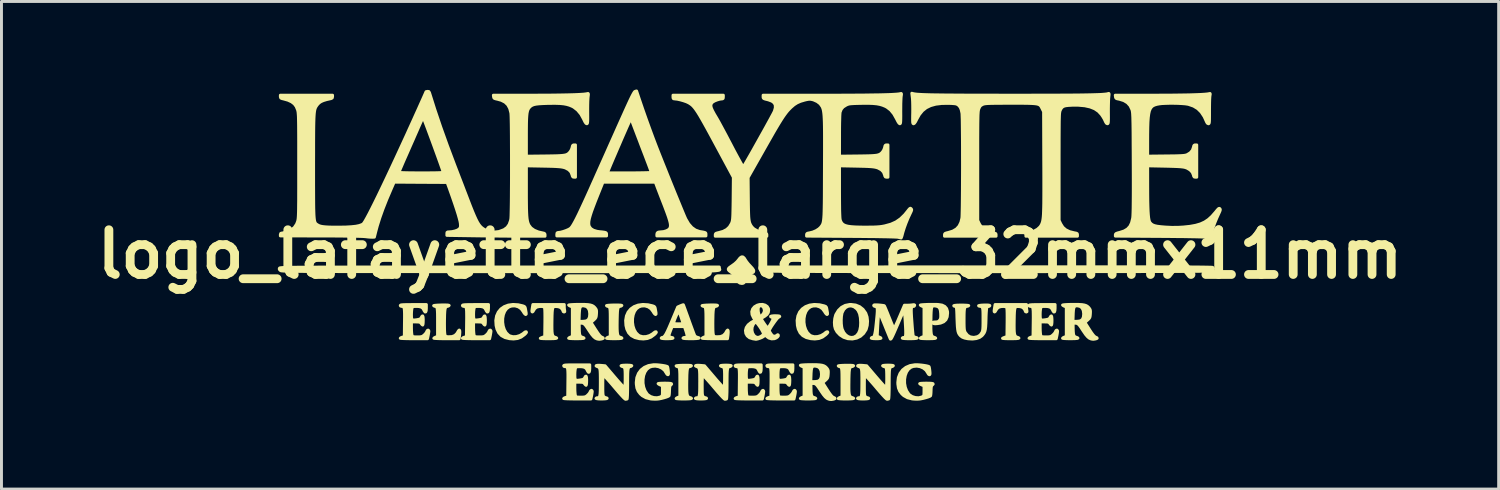
<source format=kicad_pcb>
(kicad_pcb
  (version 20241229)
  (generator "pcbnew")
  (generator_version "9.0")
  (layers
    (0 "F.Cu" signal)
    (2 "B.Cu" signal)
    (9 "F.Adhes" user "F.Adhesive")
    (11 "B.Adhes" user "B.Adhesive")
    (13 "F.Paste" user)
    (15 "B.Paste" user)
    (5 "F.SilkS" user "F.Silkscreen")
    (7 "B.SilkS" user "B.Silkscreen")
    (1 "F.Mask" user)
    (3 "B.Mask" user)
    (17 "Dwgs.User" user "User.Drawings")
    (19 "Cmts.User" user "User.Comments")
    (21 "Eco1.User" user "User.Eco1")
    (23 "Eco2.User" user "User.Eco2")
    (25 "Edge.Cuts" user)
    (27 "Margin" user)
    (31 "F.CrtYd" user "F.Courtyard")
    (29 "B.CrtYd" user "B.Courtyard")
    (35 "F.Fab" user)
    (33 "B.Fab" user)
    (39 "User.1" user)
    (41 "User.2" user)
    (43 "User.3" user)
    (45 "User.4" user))
  (footprint "logo_lafayette_ece_large_32mmx11mm"
    (layer "F.Cu")
    (at 22.504 5.612)
    (property "Reference" "logo_lafayette_ece_large_32mmx11mm" (at 0 0 0) (layer "F.SilkS") (effects (font (size 1.524 1.524) (thickness 0.3))))
    (attr through_hole)
    (fp_poly (pts (xy 0.127 0.565) (xy 0.12 0.603) (xy 0.109 0.614) (xy 0.075 0.629) (xy 0.024 0.67) (xy -0.034 0.727) (xy -0.091 0.792) (xy -0.138 0.855) (xy -0.16 0.892) (xy -0.193 0.952) (xy -0.222 0.983) (xy -0.257 0.994) (xy -0.284 0.995) (xy -0.347 0.983) (xy -0.4 0.943) (xy -0.41 0.93) (xy -0.454 0.869) (xy -0.496 0.794) (xy -0.505 0.774) (xy -0.57 0.678) (xy -0.641 0.617) (xy -0.708 0.568) (xy -0.741 0.529) (xy -0.74 0.493) (xy -0.704 0.453) (xy -0.632 0.402) (xy -0.614 0.39) (xy -0.523 0.324) (xy -0.446 0.254) (xy -0.403 0.203) (xy -0.342 0.126) (xy -0.289 0.089) (xy -0.242 0.091) (xy -0.195 0.134) (xy -0.163 0.185) (xy -0.119 0.252) (xy -0.057 0.33) (xy 0.009 0.401) (xy 0.078 0.476) (xy 0.118 0.535) (xy 0.127 0.565)) (stroke (width 0.1) (type solid)) (fill yes) (layer "F.SilkS"))
    (fp_poly (pts (xy -7.617 2.662) (xy -7.64 2.696) (xy -7.685 2.74) (xy -7.798 2.823) (xy -7.92 2.871) (xy -8.058 2.887) (xy -8.196 2.877) (xy -8.349 2.839) (xy -8.47 2.773) (xy -8.561 2.678) (xy -8.623 2.552) (xy -8.653 2.427) (xy -8.663 2.255) (xy -8.637 2.102) (xy -8.578 1.971) (xy -8.49 1.864) (xy -8.375 1.784) (xy -8.237 1.732) (xy -8.077 1.71) (xy -7.9 1.721) (xy -7.743 1.757) (xy -7.689 1.778) (xy -7.663 1.81) (xy -7.651 1.858) (xy -7.639 1.929) (xy -7.628 1.992) (xy -7.627 1.995) (xy -7.626 2.041) (xy -7.643 2.054) (xy -7.672 2.036) (xy -7.708 1.989) (xy -7.729 1.953) (xy -7.798 1.859) (xy -7.892 1.794) (xy -8.002 1.761) (xy -8.117 1.763) (xy -8.207 1.792) (xy -8.294 1.856) (xy -8.359 1.947) (xy -8.403 2.06) (xy -8.426 2.187) (xy -8.427 2.319) (xy -8.408 2.45) (xy -8.369 2.571) (xy -8.309 2.675) (xy -8.229 2.754) (xy -8.182 2.782) (xy -8.078 2.809) (xy -7.961 2.804) (xy -7.844 2.769) (xy -7.737 2.706) (xy -7.704 2.677) (xy -7.657 2.644) (xy -7.624 2.643) (xy -7.617 2.662)) (stroke (width 0.1) (type solid)) (fill yes) (layer "F.SilkS"))
    (fp_poly (pts (xy -4.365 2.858) (xy -4.391 2.869) (xy -4.459 2.875) (xy -4.567 2.878) (xy -4.625 2.879) (xy -4.725 2.877) (xy -4.808 2.874) (xy -4.865 2.869) (xy -4.889 2.863) (xy -4.889 2.862) (xy -4.872 2.844) (xy -4.829 2.823) (xy -4.826 2.822) (xy -4.763 2.798) (xy -4.763 2.312) (xy -4.763 2.15) (xy -4.764 2.026) (xy -4.767 1.934) (xy -4.773 1.869) (xy -4.783 1.826) (xy -4.797 1.8) (xy -4.817 1.785) (xy -4.843 1.777) (xy -4.854 1.775) (xy -4.885 1.761) (xy -4.891 1.75) (xy -4.87 1.743) (xy -4.816 1.737) (xy -4.735 1.732) (xy -4.636 1.729) (xy -4.625 1.729) (xy -4.506 1.729) (xy -4.422 1.732) (xy -4.376 1.739) (xy -4.367 1.746) (xy -4.391 1.766) (xy -4.419 1.774) (xy -4.452 1.782) (xy -4.477 1.798) (xy -4.495 1.828) (xy -4.508 1.878) (xy -4.516 1.951) (xy -4.521 2.055) (xy -4.525 2.194) (xy -4.526 2.242) (xy -4.528 2.411) (xy -4.527 2.543) (xy -4.522 2.643) (xy -4.513 2.715) (xy -4.499 2.765) (xy -4.479 2.797) (xy -4.451 2.816) (xy -4.428 2.825) (xy -4.377 2.844) (xy -4.365 2.858)) (stroke (width 0.1) (type solid)) (fill yes) (layer "F.SilkS"))
    (fp_poly (pts (xy -3.193 2.662) (xy -3.216 2.696) (xy -3.261 2.74) (xy -3.374 2.823) (xy -3.496 2.871) (xy -3.634 2.887) (xy -3.772 2.877) (xy -3.925 2.839) (xy -4.046 2.773) (xy -4.137 2.678) (xy -4.199 2.552) (xy -4.229 2.427) (xy -4.239 2.255) (xy -4.213 2.102) (xy -4.155 1.971) (xy -4.066 1.864) (xy -3.952 1.784) (xy -3.813 1.732) (xy -3.653 1.71) (xy -3.476 1.721) (xy -3.319 1.757) (xy -3.265 1.778) (xy -3.239 1.81) (xy -3.227 1.858) (xy -3.215 1.929) (xy -3.204 1.992) (xy -3.204 1.995) (xy -3.203 2.041) (xy -3.219 2.054) (xy -3.248 2.036) (xy -3.284 1.989) (xy -3.305 1.953) (xy -3.375 1.859) (xy -3.469 1.794) (xy -3.578 1.761) (xy -3.693 1.763) (xy -3.783 1.792) (xy -3.87 1.856) (xy -3.935 1.947) (xy -3.979 2.06) (xy -4.002 2.187) (xy -4.004 2.319) (xy -3.985 2.45) (xy -3.945 2.571) (xy -3.885 2.675) (xy -3.805 2.754) (xy -3.758 2.782) (xy -3.654 2.809) (xy -3.537 2.804) (xy -3.42 2.769) (xy -3.314 2.706) (xy -3.281 2.677) (xy -3.233 2.644) (xy -3.2 2.643) (xy -3.193 2.662)) (stroke (width 0.1) (type solid)) (fill yes) (layer "F.SilkS"))
    (fp_poly (pts (xy -1.994 4.911) (xy -2.021 4.922) (xy -2.088 4.928) (xy -2.196 4.932) (xy -2.254 4.932) (xy -2.354 4.931) (xy -2.437 4.927) (xy -2.495 4.922) (xy -2.519 4.916) (xy -2.519 4.915) (xy -2.501 4.897) (xy -2.458 4.876) (xy -2.455 4.875) (xy -2.392 4.851) (xy -2.392 4.365) (xy -2.392 4.203) (xy -2.393 4.079) (xy -2.397 3.987) (xy -2.403 3.922) (xy -2.412 3.879) (xy -2.427 3.853) (xy -2.446 3.838) (xy -2.472 3.83) (xy -2.483 3.828) (xy -2.514 3.814) (xy -2.52 3.803) (xy -2.5 3.796) (xy -2.445 3.79) (xy -2.364 3.785) (xy -2.265 3.782) (xy -2.254 3.782) (xy -2.135 3.782) (xy -2.051 3.785) (xy -2.005 3.792) (xy -1.997 3.799) (xy -2.021 3.819) (xy -2.048 3.827) (xy -2.081 3.835) (xy -2.106 3.851) (xy -2.124 3.881) (xy -2.137 3.931) (xy -2.145 4.004) (xy -2.151 4.108) (xy -2.154 4.247) (xy -2.155 4.295) (xy -2.157 4.464) (xy -2.156 4.596) (xy -2.152 4.696) (xy -2.143 4.768) (xy -2.128 4.818) (xy -2.108 4.85) (xy -2.081 4.869) (xy -2.058 4.878) (xy -2.006 4.897) (xy -1.994 4.911)) (stroke (width 0.1) (type solid)) (fill yes) (layer "F.SilkS"))
    (fp_poly (pts (xy 2.649 2.662) (xy 2.626 2.696) (xy 2.581 2.74) (xy 2.468 2.823) (xy 2.346 2.871) (xy 2.208 2.887) (xy 2.07 2.877) (xy 1.917 2.839) (xy 1.796 2.773) (xy 1.705 2.678) (xy 1.643 2.552) (xy 1.613 2.427) (xy 1.603 2.255) (xy 1.629 2.102) (xy 1.687 1.971) (xy 1.776 1.864) (xy 1.89 1.784) (xy 2.029 1.732) (xy 2.189 1.71) (xy 2.366 1.721) (xy 2.523 1.757) (xy 2.577 1.778) (xy 2.603 1.81) (xy 2.615 1.858) (xy 2.627 1.929) (xy 2.638 1.992) (xy 2.638 1.995) (xy 2.639 2.041) (xy 2.623 2.054) (xy 2.594 2.036) (xy 2.558 1.989) (xy 2.537 1.953) (xy 2.467 1.859) (xy 2.373 1.794) (xy 2.264 1.761) (xy 2.149 1.763) (xy 2.059 1.792) (xy 1.972 1.856) (xy 1.907 1.947) (xy 1.863 2.06) (xy 1.84 2.187) (xy 1.838 2.319) (xy 1.857 2.45) (xy 1.897 2.571) (xy 1.957 2.675) (xy 2.037 2.754) (xy 2.084 2.782) (xy 2.188 2.809) (xy 2.305 2.804) (xy 2.422 2.769) (xy 2.528 2.706) (xy 2.561 2.677) (xy 2.609 2.644) (xy 2.642 2.643) (xy 2.649 2.662)) (stroke (width 0.1) (type solid)) (fill yes) (layer "F.SilkS"))
    (fp_poly (pts (xy 3.531 4.911) (xy 3.504 4.922) (xy 3.437 4.928) (xy 3.328 4.932) (xy 3.27 4.932) (xy 3.17 4.931) (xy 3.087 4.927) (xy 3.03 4.922) (xy 3.006 4.916) (xy 3.006 4.915) (xy 3.023 4.897) (xy 3.066 4.876) (xy 3.069 4.875) (xy 3.133 4.851) (xy 3.133 4.365) (xy 3.132 4.203) (xy 3.131 4.079) (xy 3.128 3.987) (xy 3.122 3.922) (xy 3.112 3.879) (xy 3.098 3.853) (xy 3.078 3.838) (xy 3.052 3.83) (xy 3.042 3.828) (xy 3.01 3.814) (xy 3.005 3.803) (xy 3.025 3.796) (xy 3.079 3.79) (xy 3.16 3.785) (xy 3.259 3.782) (xy 3.27 3.782) (xy 3.389 3.782) (xy 3.473 3.785) (xy 3.519 3.792) (xy 3.528 3.799) (xy 3.504 3.819) (xy 3.477 3.827) (xy 3.443 3.835) (xy 3.418 3.851) (xy 3.4 3.881) (xy 3.388 3.931) (xy 3.379 4.004) (xy 3.374 4.108) (xy 3.37 4.247) (xy 3.37 4.295) (xy 3.368 4.464) (xy 3.368 4.596) (xy 3.373 4.696) (xy 3.382 4.768) (xy 3.396 4.818) (xy 3.417 4.85) (xy 3.444 4.869) (xy 3.467 4.878) (xy 3.518 4.897) (xy 3.531 4.911)) (stroke (width 0.1) (type solid)) (fill yes) (layer "F.SilkS"))
    (fp_poly (pts (xy 4.004 2.28) (xy 3.994 2.423) (xy 3.959 2.553) (xy 3.951 2.572) (xy 3.87 2.697) (xy 3.768 2.789) (xy 3.768 2.328) (xy 3.758 2.16) (xy 3.73 2.025) (xy 3.68 1.919) (xy 3.631 1.857) (xy 3.541 1.79) (xy 3.446 1.761) (xy 3.352 1.769) (xy 3.265 1.811) (xy 3.192 1.885) (xy 3.139 1.989) (xy 3.131 2.016) (xy 3.114 2.118) (xy 3.107 2.241) (xy 3.11 2.369) (xy 3.124 2.485) (xy 3.141 2.554) (xy 3.194 2.667) (xy 3.266 2.753) (xy 3.351 2.81) (xy 3.442 2.835) (xy 3.534 2.826) (xy 3.62 2.779) (xy 3.628 2.772) (xy 3.693 2.694) (xy 3.737 2.593) (xy 3.762 2.463) (xy 3.768 2.328) (xy 3.768 2.789) (xy 3.763 2.794) (xy 3.634 2.858) (xy 3.489 2.887) (xy 3.335 2.878) (xy 3.33 2.877) (xy 3.189 2.831) (xy 3.064 2.751) (xy 2.964 2.646) (xy 2.905 2.542) (xy 2.88 2.441) (xy 2.873 2.319) (xy 2.885 2.192) (xy 2.914 2.078) (xy 2.926 2.049) (xy 3.009 1.912) (xy 3.115 1.809) (xy 3.242 1.742) (xy 3.39 1.712) (xy 3.441 1.711) (xy 3.598 1.73) (xy 3.735 1.786) (xy 3.849 1.876) (xy 3.938 1.999) (xy 3.946 2.015) (xy 3.988 2.139) (xy 4.004 2.28)) (stroke (width 0.1) (type solid)) (fill yes) (layer "F.SilkS"))
    (fp_poly (pts (xy -9.887 2.655) (xy -9.894 2.75) (xy -9.898 2.78) (xy -9.912 2.879) (xy -10.343 2.879) (xy -10.473 2.878) (xy -10.587 2.876) (xy -10.679 2.872) (xy -10.743 2.868) (xy -10.773 2.863) (xy -10.774 2.862) (xy -10.756 2.844) (xy -10.713 2.823) (xy -10.71 2.822) (xy -10.647 2.798) (xy -10.647 2.312) (xy -10.647 2.15) (xy -10.648 2.026) (xy -10.652 1.934) (xy -10.658 1.869) (xy -10.667 1.826) (xy -10.682 1.8) (xy -10.701 1.785) (xy -10.727 1.777) (xy -10.738 1.775) (xy -10.772 1.761) (xy -10.78 1.751) (xy -10.762 1.744) (xy -10.709 1.738) (xy -10.63 1.732) (xy -10.531 1.729) (xy -10.514 1.728) (xy -10.389 1.727) (xy -10.304 1.73) (xy -10.259 1.737) (xy -10.251 1.745) (xy -10.276 1.766) (xy -10.303 1.774) (xy -10.336 1.782) (xy -10.361 1.798) (xy -10.379 1.828) (xy -10.392 1.878) (xy -10.4 1.951) (xy -10.406 2.055) (xy -10.409 2.194) (xy -10.41 2.242) (xy -10.411 2.373) (xy -10.41 2.495) (xy -10.408 2.6) (xy -10.403 2.679) (xy -10.398 2.72) (xy -10.386 2.77) (xy -10.368 2.795) (xy -10.331 2.806) (xy -10.272 2.811) (xy -10.15 2.804) (xy -10.056 2.767) (xy -9.988 2.699) (xy -9.97 2.669) (xy -9.933 2.605) (xy -9.906 2.582) (xy -9.891 2.599) (xy -9.887 2.655)) (stroke (width 0.1) (type solid)) (fill yes) (layer "F.SilkS"))
    (fp_poly (pts (xy -0.743 2.655) (xy -0.75 2.75) (xy -0.754 2.78) (xy -0.768 2.879) (xy -1.199 2.879) (xy -1.329 2.878) (xy -1.443 2.876) (xy -1.535 2.872) (xy -1.599 2.868) (xy -1.629 2.863) (xy -1.63 2.862) (xy -1.612 2.844) (xy -1.569 2.823) (xy -1.566 2.822) (xy -1.503 2.798) (xy -1.503 2.312) (xy -1.503 2.15) (xy -1.504 2.026) (xy -1.508 1.934) (xy -1.514 1.869) (xy -1.523 1.826) (xy -1.538 1.8) (xy -1.557 1.785) (xy -1.583 1.777) (xy -1.594 1.775) (xy -1.628 1.761) (xy -1.636 1.751) (xy -1.618 1.744) (xy -1.565 1.738) (xy -1.486 1.732) (xy -1.387 1.729) (xy -1.37 1.728) (xy -1.245 1.727) (xy -1.16 1.73) (xy -1.115 1.737) (xy -1.107 1.745) (xy -1.132 1.766) (xy -1.159 1.774) (xy -1.192 1.782) (xy -1.217 1.798) (xy -1.235 1.828) (xy -1.248 1.878) (xy -1.256 1.951) (xy -1.262 2.055) (xy -1.265 2.194) (xy -1.266 2.242) (xy -1.267 2.373) (xy -1.266 2.495) (xy -1.264 2.6) (xy -1.259 2.679) (xy -1.254 2.72) (xy -1.242 2.77) (xy -1.224 2.795) (xy -1.187 2.806) (xy -1.128 2.811) (xy -1.006 2.804) (xy -0.912 2.767) (xy -0.844 2.699) (xy -0.826 2.669) (xy -0.789 2.605) (xy -0.762 2.582) (xy -0.747 2.599) (xy -0.743 2.655)) (stroke (width 0.1) (type solid)) (fill yes) (layer "F.SilkS"))
    (fp_poly (pts (xy -6.314 1.958) (xy -6.337 1.968) (xy -6.367 1.953) (xy -6.371 1.938) (xy -6.384 1.902) (xy -6.416 1.856) (xy -6.42 1.851) (xy -6.467 1.811) (xy -6.529 1.79) (xy -6.574 1.784) (xy -6.628 1.78) (xy -6.669 1.783) (xy -6.698 1.799) (xy -6.719 1.832) (xy -6.732 1.887) (xy -6.74 1.969) (xy -6.745 2.084) (xy -6.748 2.236) (xy -6.748 2.242) (xy -6.75 2.411) (xy -6.749 2.543) (xy -6.745 2.643) (xy -6.736 2.715) (xy -6.721 2.765) (xy -6.701 2.797) (xy -6.673 2.816) (xy -6.651 2.825) (xy -6.6 2.843) (xy -6.587 2.857) (xy -6.612 2.868) (xy -6.676 2.875) (xy -6.781 2.878) (xy -6.872 2.879) (xy -6.976 2.878) (xy -7.061 2.875) (xy -7.12 2.871) (xy -7.146 2.865) (xy -7.146 2.864) (xy -7.117 2.847) (xy -7.067 2.828) (xy -7.063 2.826) (xy -6.996 2.805) (xy -6.99 2.32) (xy -6.989 2.143) (xy -6.99 2.005) (xy -6.993 1.905) (xy -6.999 1.841) (xy -7.007 1.809) (xy -7.008 1.807) (xy -7.048 1.787) (xy -7.112 1.779) (xy -7.187 1.783) (xy -7.256 1.799) (xy -7.279 1.809) (xy -7.331 1.851) (xy -7.366 1.904) (xy -7.391 1.948) (xy -7.416 1.968) (xy -7.417 1.968) (xy -7.43 1.957) (xy -7.432 1.919) (xy -7.422 1.847) (xy -7.421 1.841) (xy -7.4 1.714) (xy -6.865 1.714) (xy -6.329 1.714) (xy -6.329 1.794) (xy -6.325 1.861) (xy -6.316 1.917) (xy -6.315 1.921) (xy -6.314 1.958)) (stroke (width 0.1) (type solid)) (fill yes) (layer "F.SilkS"))
    (fp_poly (pts (xy 9.434 1.958) (xy 9.411 1.968) (xy 9.381 1.953) (xy 9.377 1.938) (xy 9.364 1.902) (xy 9.332 1.856) (xy 9.328 1.851) (xy 9.281 1.811) (xy 9.219 1.79) (xy 9.174 1.784) (xy 9.12 1.78) (xy 9.079 1.783) (xy 9.05 1.799) (xy 9.029 1.832) (xy 9.016 1.887) (xy 9.008 1.969) (xy 9.003 2.084) (xy 9 2.236) (xy 9 2.242) (xy 8.998 2.411) (xy 8.999 2.543) (xy 9.003 2.643) (xy 9.012 2.715) (xy 9.027 2.765) (xy 9.047 2.797) (xy 9.075 2.816) (xy 9.097 2.825) (xy 9.148 2.843) (xy 9.161 2.857) (xy 9.136 2.868) (xy 9.072 2.875) (xy 8.967 2.878) (xy 8.876 2.879) (xy 8.772 2.878) (xy 8.687 2.875) (xy 8.628 2.871) (xy 8.602 2.865) (xy 8.602 2.864) (xy 8.631 2.847) (xy 8.681 2.828) (xy 8.685 2.826) (xy 8.752 2.805) (xy 8.758 2.32) (xy 8.759 2.143) (xy 8.758 2.005) (xy 8.755 1.905) (xy 8.749 1.841) (xy 8.741 1.809) (xy 8.74 1.807) (xy 8.7 1.787) (xy 8.636 1.779) (xy 8.561 1.783) (xy 8.492 1.799) (xy 8.469 1.809) (xy 8.417 1.851) (xy 8.382 1.904) (xy 8.357 1.948) (xy 8.332 1.968) (xy 8.331 1.968) (xy 8.318 1.957) (xy 8.316 1.919) (xy 8.326 1.847) (xy 8.327 1.841) (xy 8.348 1.714) (xy 8.883 1.714) (xy 9.419 1.714) (xy 9.419 1.794) (xy 9.423 1.861) (xy 9.432 1.917) (xy 9.433 1.921) (xy 9.434 1.958)) (stroke (width 0.1) (type solid)) (fill yes) (layer "F.SilkS"))
    (fp_poly (pts (xy 6.731 2.005) (xy 6.717 2.133) (xy 6.674 2.231) (xy 6.599 2.301) (xy 6.492 2.346) (xy 6.387 2.363) (xy 6.311 2.369) (xy 6.267 2.366) (xy 6.244 2.354) (xy 6.238 2.342) (xy 6.236 2.32) (xy 6.26 2.31) (xy 6.316 2.307) (xy 6.317 2.307) (xy 6.384 2.302) (xy 6.428 2.28) (xy 6.456 2.249) (xy 6.48 2.213) (xy 6.493 2.173) (xy 6.497 2.116) (xy 6.495 2.03) (xy 6.495 2.027) (xy 6.484 1.918) (xy 6.46 1.843) (xy 6.418 1.796) (xy 6.354 1.77) (xy 6.315 1.764) (xy 6.269 1.759) (xy 6.234 1.764) (xy 6.208 1.781) (xy 6.19 1.817) (xy 6.178 1.876) (xy 6.171 1.964) (xy 6.166 2.084) (xy 6.164 2.231) (xy 6.162 2.402) (xy 6.162 2.536) (xy 6.167 2.637) (xy 6.175 2.71) (xy 6.189 2.761) (xy 6.209 2.795) (xy 6.235 2.815) (xy 6.261 2.825) (xy 6.312 2.844) (xy 6.325 2.858) (xy 6.298 2.869) (xy 6.231 2.875) (xy 6.122 2.878) (xy 6.064 2.879) (xy 5.964 2.877) (xy 5.881 2.874) (xy 5.824 2.869) (xy 5.8 2.863) (xy 5.8 2.862) (xy 5.817 2.844) (xy 5.86 2.823) (xy 5.863 2.822) (xy 5.927 2.798) (xy 5.927 2.297) (xy 5.927 1.795) (xy 5.863 1.772) (xy 5.819 1.75) (xy 5.8 1.732) (xy 5.8 1.731) (xy 5.819 1.725) (xy 5.873 1.719) (xy 5.953 1.714) (xy 6.049 1.71) (xy 6.155 1.708) (xy 6.261 1.708) (xy 6.359 1.709) (xy 6.412 1.712) (xy 6.541 1.732) (xy 6.635 1.778) (xy 6.698 1.851) (xy 6.728 1.95) (xy 6.731 2.005)) (stroke (width 0.1) (type solid)) (fill yes) (layer "F.SilkS"))
    (fp_poly (pts (xy -2.672 4.426) (xy -2.695 4.45) (xy -2.704 4.457) (xy -2.724 4.481) (xy -2.736 4.525) (xy -2.742 4.596) (xy -2.743 4.642) (xy -2.746 4.721) (xy -2.752 4.785) (xy -2.759 4.821) (xy -2.76 4.823) (xy -2.79 4.842) (xy -2.85 4.866) (xy -2.929 4.89) (xy -3.018 4.913) (xy -3.105 4.93) (xy -3.164 4.937) (xy -3.25 4.939) (xy -3.347 4.934) (xy -3.391 4.929) (xy -3.545 4.89) (xy -3.673 4.819) (xy -3.74 4.759) (xy -3.812 4.665) (xy -3.856 4.558) (xy -3.875 4.428) (xy -3.877 4.365) (xy -3.858 4.202) (xy -3.803 4.061) (xy -3.717 3.943) (xy -3.601 3.853) (xy -3.46 3.792) (xy -3.296 3.765) (xy -3.254 3.764) (xy -3.17 3.766) (xy -3.075 3.775) (xy -2.98 3.787) (xy -2.898 3.801) (xy -2.838 3.817) (xy -2.812 3.829) (xy -2.803 3.855) (xy -2.793 3.911) (xy -2.785 3.974) (xy -2.779 4.048) (xy -2.781 4.089) (xy -2.793 4.105) (xy -2.801 4.106) (xy -2.829 4.089) (xy -2.856 4.046) (xy -2.858 4.043) (xy -2.917 3.951) (xy -3.006 3.88) (xy -3.113 3.832) (xy -3.23 3.812) (xy -3.347 3.823) (xy -3.429 3.852) (xy -3.515 3.919) (xy -3.58 4.014) (xy -3.624 4.131) (xy -3.645 4.261) (xy -3.645 4.397) (xy -3.621 4.531) (xy -3.575 4.654) (xy -3.505 4.76) (xy -3.477 4.789) (xy -3.388 4.848) (xy -3.28 4.882) (xy -3.168 4.889) (xy -3.065 4.866) (xy -3.047 4.857) (xy -3.016 4.839) (xy -2.997 4.818) (xy -2.988 4.784) (xy -2.985 4.726) (xy -2.985 4.655) (xy -2.985 4.485) (xy -3.059 4.454) (xy -3.106 4.431) (xy -3.132 4.411) (xy -3.133 4.408) (xy -3.113 4.401) (xy -3.059 4.396) (xy -2.981 4.393) (xy -2.9 4.392) (xy -2.788 4.394) (xy -2.716 4.399) (xy -2.678 4.409) (xy -2.672 4.426)) (stroke (width 0.1) (type solid)) (fill yes) (layer "F.SilkS"))
    (fp_poly (pts (xy 6.239 4.426) (xy 6.216 4.45) (xy 6.207 4.457) (xy 6.187 4.481) (xy 6.175 4.525) (xy 6.169 4.596) (xy 6.168 4.642) (xy 6.165 4.721) (xy 6.159 4.785) (xy 6.152 4.821) (xy 6.151 4.823) (xy 6.122 4.842) (xy 6.062 4.866) (xy 5.982 4.89) (xy 5.893 4.913) (xy 5.807 4.93) (xy 5.747 4.937) (xy 5.662 4.939) (xy 5.565 4.934) (xy 5.52 4.929) (xy 5.366 4.89) (xy 5.238 4.819) (xy 5.171 4.759) (xy 5.099 4.665) (xy 5.055 4.558) (xy 5.036 4.428) (xy 5.034 4.365) (xy 5.053 4.202) (xy 5.108 4.061) (xy 5.195 3.943) (xy 5.31 3.853) (xy 5.452 3.792) (xy 5.615 3.765) (xy 5.657 3.764) (xy 5.742 3.766) (xy 5.836 3.775) (xy 5.931 3.787) (xy 6.013 3.801) (xy 6.074 3.817) (xy 6.099 3.829) (xy 6.108 3.855) (xy 6.118 3.911) (xy 6.126 3.974) (xy 6.132 4.048) (xy 6.13 4.089) (xy 6.119 4.105) (xy 6.11 4.106) (xy 6.082 4.089) (xy 6.055 4.046) (xy 6.054 4.043) (xy 5.994 3.951) (xy 5.906 3.88) (xy 5.798 3.832) (xy 5.681 3.812) (xy 5.564 3.823) (xy 5.482 3.852) (xy 5.396 3.919) (xy 5.331 4.014) (xy 5.288 4.131) (xy 5.266 4.261) (xy 5.266 4.397) (xy 5.29 4.531) (xy 5.336 4.654) (xy 5.406 4.76) (xy 5.434 4.789) (xy 5.523 4.848) (xy 5.631 4.882) (xy 5.743 4.889) (xy 5.846 4.866) (xy 5.864 4.857) (xy 5.895 4.839) (xy 5.914 4.818) (xy 5.923 4.784) (xy 5.926 4.726) (xy 5.927 4.655) (xy 5.927 4.485) (xy 5.853 4.454) (xy 5.805 4.431) (xy 5.78 4.411) (xy 5.779 4.408) (xy 5.798 4.401) (xy 5.852 4.396) (xy 5.931 4.393) (xy 6.011 4.392) (xy 6.123 4.394) (xy 6.195 4.399) (xy 6.233 4.409) (xy 6.239 4.426)) (stroke (width 0.1) (type solid)) (fill yes) (layer "F.SilkS"))
    (fp_poly (pts (xy 15.788 0.49) (xy 15.774 0.539) (xy 15.757 0.559) (xy 15.751 0.562) (xy 15.74 0.565) (xy 15.721 0.568) (xy 15.693 0.57) (xy 15.656 0.572) (xy 15.607 0.575) (xy 15.547 0.577) (xy 15.472 0.578) (xy 15.383 0.58) (xy 15.277 0.582) (xy 15.154 0.583) (xy 15.012 0.584) (xy 14.85 0.585) (xy 14.667 0.587) (xy 14.462 0.588) (xy 14.232 0.588) (xy 13.978 0.589) (xy 13.697 0.59) (xy 13.389 0.59) (xy 13.052 0.591) (xy 12.684 0.591) (xy 12.285 0.592) (xy 11.854 0.592) (xy 11.388 0.592) (xy 10.887 0.592) (xy 10.35 0.592) (xy 9.775 0.593) (xy 9.161 0.593) (xy 8.507 0.593) (xy 8.099 0.593) (xy 7.406 0.593) (xy 6.754 0.593) (xy 6.142 0.592) (xy 5.569 0.592) (xy 5.033 0.592) (xy 4.534 0.592) (xy 4.071 0.591) (xy 3.641 0.591) (xy 3.245 0.59) (xy 2.881 0.59) (xy 2.547 0.589) (xy 2.243 0.588) (xy 1.967 0.587) (xy 1.719 0.586) (xy 1.496 0.585) (xy 1.299 0.584) (xy 1.125 0.583) (xy 0.973 0.581) (xy 0.844 0.58) (xy 0.734 0.578) (xy 0.644 0.577) (xy 0.571 0.575) (xy 0.515 0.573) (xy 0.475 0.57) (xy 0.449 0.568) (xy 0.437 0.566) (xy 0.436 0.565) (xy 0.407 0.52) (xy 0.405 0.486) (xy 0.413 0.434) (xy 8.073 0.429) (xy 8.799 0.428) (xy 9.484 0.428) (xy 10.128 0.428) (xy 10.733 0.427) (xy 11.298 0.427) (xy 11.825 0.427) (xy 12.315 0.428) (xy 12.769 0.428) (xy 13.186 0.428) (xy 13.569 0.429) (xy 13.918 0.43) (xy 14.234 0.43) (xy 14.518 0.431) (xy 14.77 0.432) (xy 14.992 0.433) (xy 15.183 0.435) (xy 15.346 0.436) (xy 15.481 0.438) (xy 15.588 0.44) (xy 15.669 0.441) (xy 15.724 0.443) (xy 15.755 0.446) (xy 15.762 0.447) (xy 15.788 0.49)) (stroke (width 0.1) (type solid)) (fill yes) (layer "F.SilkS"))
    (fp_poly (pts (xy -1.734 2.855) (xy -1.76 2.866) (xy -1.823 2.873) (xy -1.919 2.878) (xy -2.011 2.879) (xy -2.129 2.877) (xy -2.216 2.873) (xy -2.27 2.866) (xy -2.286 2.857) (xy -2.268 2.841) (xy -2.238 2.836) (xy -2.185 2.831) (xy -2.154 2.814) (xy -2.146 2.776) (xy -2.158 2.712) (xy -2.182 2.631) (xy -2.236 2.466) (xy -2.286 2.466) (xy -2.286 2.353) (xy -2.293 2.323) (xy -2.311 2.264) (xy -2.336 2.189) (xy -2.364 2.108) (xy -2.391 2.033) (xy -2.415 1.975) (xy -2.429 1.944) (xy -2.431 1.942) (xy -2.444 1.954) (xy -2.467 1.996) (xy -2.498 2.059) (xy -2.53 2.133) (xy -2.561 2.209) (xy -2.586 2.276) (xy -2.601 2.327) (xy -2.603 2.345) (xy -2.587 2.359) (xy -2.537 2.368) (xy -2.448 2.371) (xy -2.445 2.371) (xy -2.369 2.369) (xy -2.313 2.363) (xy -2.287 2.355) (xy -2.286 2.353) (xy -2.286 2.466) (xy -2.446 2.466) (xy -2.655 2.466) (xy -2.716 2.624) (xy -2.745 2.703) (xy -2.76 2.752) (xy -2.762 2.781) (xy -2.751 2.799) (xy -2.739 2.809) (xy -2.691 2.832) (xy -2.663 2.836) (xy -2.631 2.846) (xy -2.625 2.857) (xy -2.645 2.867) (xy -2.701 2.875) (xy -2.786 2.878) (xy -2.826 2.879) (xy -2.921 2.877) (xy -2.989 2.871) (xy -3.024 2.862) (xy -3.027 2.857) (xy -3.01 2.838) (xy -2.998 2.836) (xy -2.967 2.831) (xy -2.936 2.811) (xy -2.903 2.773) (xy -2.865 2.714) (xy -2.821 2.628) (xy -2.768 2.513) (xy -2.704 2.364) (xy -2.667 2.277) (xy -2.466 1.797) (xy -2.373 1.755) (xy -2.317 1.733) (xy -2.28 1.721) (xy -2.272 1.721) (xy -2.263 1.742) (xy -2.242 1.798) (xy -2.211 1.882) (xy -2.172 1.991) (xy -2.126 2.117) (xy -2.085 2.231) (xy -2.035 2.37) (xy -1.988 2.498) (xy -1.947 2.609) (xy -1.915 2.696) (xy -1.892 2.754) (xy -1.883 2.775) (xy -1.847 2.809) (xy -1.798 2.829) (xy -1.746 2.843) (xy -1.734 2.855)) (stroke (width 0.1) (type solid)) (fill yes) (layer "F.SilkS"))
    (fp_poly (pts (xy -5.001 2.865) (xy -5.037 2.881) (xy -5.061 2.887) (xy -5.125 2.897) (xy -5.173 2.894) (xy -5.222 2.882) (xy -5.276 2.856) (xy -5.332 2.808) (xy -5.395 2.733) (xy -5.461 2.638) (xy -5.461 2.032) (xy -5.475 1.916) (xy -5.517 1.83) (xy -5.585 1.777) (xy -5.68 1.757) (xy -5.69 1.757) (xy -5.737 1.762) (xy -5.771 1.783) (xy -5.793 1.825) (xy -5.807 1.894) (xy -5.815 1.997) (xy -5.818 2.056) (xy -5.826 2.286) (xy -5.718 2.286) (xy -5.644 2.281) (xy -5.58 2.27) (xy -5.56 2.262) (xy -5.504 2.217) (xy -5.471 2.141) (xy -5.461 2.032) (xy -5.461 2.638) (xy -5.47 2.625) (xy -5.494 2.588) (xy -5.558 2.491) (xy -5.606 2.424) (xy -5.646 2.382) (xy -5.682 2.359) (xy -5.721 2.351) (xy -5.751 2.349) (xy -5.821 2.349) (xy -5.818 2.514) (xy -5.815 2.631) (xy -5.807 2.713) (xy -5.793 2.767) (xy -5.77 2.8) (xy -5.737 2.819) (xy -5.72 2.825) (xy -5.669 2.844) (xy -5.656 2.858) (xy -5.682 2.869) (xy -5.749 2.875) (xy -5.858 2.878) (xy -5.916 2.879) (xy -6.016 2.877) (xy -6.099 2.874) (xy -6.156 2.869) (xy -6.18 2.863) (xy -6.181 2.862) (xy -6.163 2.844) (xy -6.12 2.823) (xy -6.117 2.822) (xy -6.054 2.798) (xy -6.054 2.297) (xy -6.054 1.795) (xy -6.117 1.772) (xy -6.161 1.75) (xy -6.181 1.732) (xy -6.181 1.731) (xy -6.161 1.724) (xy -6.107 1.718) (xy -6.027 1.713) (xy -5.932 1.71) (xy -5.76 1.708) (xy -5.625 1.71) (xy -5.52 1.716) (xy -5.44 1.729) (xy -5.379 1.748) (xy -5.332 1.775) (xy -5.293 1.811) (xy -5.28 1.826) (xy -5.249 1.867) (xy -5.233 1.907) (xy -5.229 1.961) (xy -5.232 2.029) (xy -5.239 2.106) (xy -5.252 2.156) (xy -5.278 2.195) (xy -5.324 2.239) (xy -5.329 2.244) (xy -5.418 2.323) (xy -5.267 2.561) (xy -5.193 2.673) (xy -5.136 2.751) (xy -5.091 2.8) (xy -5.055 2.823) (xy -5.007 2.846) (xy -5.001 2.865)) (stroke (width 0.1) (type solid)) (fill yes) (layer "F.SilkS"))
    (fp_poly (pts (xy 2.894 4.918) (xy 2.858 4.934) (xy 2.834 4.94) (xy 2.771 4.95) (xy 2.722 4.947) (xy 2.674 4.935) (xy 2.62 4.909) (xy 2.563 4.861) (xy 2.5 4.786) (xy 2.434 4.691) (xy 2.434 4.085) (xy 2.42 3.969) (xy 2.378 3.884) (xy 2.31 3.83) (xy 2.215 3.81) (xy 2.205 3.81) (xy 2.158 3.816) (xy 2.124 3.836) (xy 2.102 3.878) (xy 2.088 3.947) (xy 2.08 4.05) (xy 2.078 4.109) (xy 2.07 4.339) (xy 2.177 4.339) (xy 2.251 4.335) (xy 2.315 4.323) (xy 2.336 4.316) (xy 2.391 4.27) (xy 2.424 4.195) (xy 2.434 4.085) (xy 2.434 4.691) (xy 2.425 4.678) (xy 2.401 4.641) (xy 2.337 4.544) (xy 2.289 4.477) (xy 2.25 4.435) (xy 2.213 4.413) (xy 2.174 4.404) (xy 2.144 4.403) (xy 2.074 4.403) (xy 2.077 4.567) (xy 2.08 4.684) (xy 2.088 4.766) (xy 2.102 4.82) (xy 2.125 4.853) (xy 2.159 4.873) (xy 2.175 4.878) (xy 2.227 4.897) (xy 2.239 4.911) (xy 2.213 4.922) (xy 2.146 4.928) (xy 2.037 4.932) (xy 1.979 4.932) (xy 1.879 4.931) (xy 1.796 4.927) (xy 1.739 4.922) (xy 1.715 4.916) (xy 1.714 4.915) (xy 1.732 4.897) (xy 1.775 4.876) (xy 1.778 4.875) (xy 1.841 4.851) (xy 1.841 4.35) (xy 1.841 3.849) (xy 1.778 3.825) (xy 1.734 3.804) (xy 1.715 3.785) (xy 1.714 3.784) (xy 1.734 3.777) (xy 1.788 3.771) (xy 1.868 3.766) (xy 1.963 3.763) (xy 2.135 3.761) (xy 2.271 3.763) (xy 2.375 3.77) (xy 2.455 3.782) (xy 2.516 3.801) (xy 2.563 3.828) (xy 2.602 3.864) (xy 2.616 3.879) (xy 2.646 3.92) (xy 2.662 3.96) (xy 2.666 4.014) (xy 2.663 4.082) (xy 2.656 4.159) (xy 2.643 4.209) (xy 2.617 4.248) (xy 2.571 4.293) (xy 2.566 4.297) (xy 2.477 4.376) (xy 2.629 4.615) (xy 2.702 4.726) (xy 2.759 4.804) (xy 2.804 4.853) (xy 2.84 4.876) (xy 2.888 4.899) (xy 2.894 4.918)) (stroke (width 0.1) (type solid)) (fill yes) (layer "F.SilkS"))
    (fp_poly (pts (xy 11.826 2.865) (xy 11.79 2.881) (xy 11.766 2.887) (xy 11.703 2.897) (xy 11.655 2.894) (xy 11.606 2.882) (xy 11.552 2.856) (xy 11.496 2.808) (xy 11.432 2.733) (xy 11.367 2.638) (xy 11.367 2.032) (xy 11.352 1.916) (xy 11.311 1.83) (xy 11.242 1.777) (xy 11.148 1.757) (xy 11.137 1.757) (xy 11.09 1.762) (xy 11.057 1.783) (xy 11.034 1.825) (xy 11.02 1.894) (xy 11.012 1.997) (xy 11.01 2.056) (xy 11.002 2.286) (xy 11.109 2.286) (xy 11.183 2.281) (xy 11.247 2.27) (xy 11.268 2.262) (xy 11.324 2.217) (xy 11.356 2.141) (xy 11.367 2.032) (xy 11.367 2.638) (xy 11.357 2.625) (xy 11.333 2.588) (xy 11.27 2.491) (xy 11.221 2.424) (xy 11.182 2.382) (xy 11.146 2.359) (xy 11.106 2.351) (xy 11.077 2.349) (xy 11.007 2.349) (xy 11.009 2.514) (xy 11.013 2.631) (xy 11.02 2.713) (xy 11.034 2.767) (xy 11.057 2.8) (xy 11.091 2.819) (xy 11.107 2.825) (xy 11.159 2.844) (xy 11.172 2.858) (xy 11.145 2.869) (xy 11.078 2.875) (xy 10.97 2.878) (xy 10.911 2.879) (xy 10.811 2.877) (xy 10.728 2.874) (xy 10.671 2.869) (xy 10.647 2.863) (xy 10.647 2.862) (xy 10.664 2.844) (xy 10.707 2.823) (xy 10.71 2.822) (xy 10.774 2.798) (xy 10.774 2.297) (xy 10.774 1.795) (xy 10.71 1.772) (xy 10.667 1.75) (xy 10.647 1.732) (xy 10.647 1.731) (xy 10.667 1.724) (xy 10.72 1.718) (xy 10.8 1.713) (xy 10.896 1.71) (xy 11.067 1.708) (xy 11.203 1.71) (xy 11.308 1.716) (xy 11.387 1.729) (xy 11.448 1.748) (xy 11.495 1.775) (xy 11.535 1.811) (xy 11.548 1.826) (xy 11.578 1.867) (xy 11.594 1.907) (xy 11.598 1.961) (xy 11.595 2.029) (xy 11.588 2.106) (xy 11.576 2.156) (xy 11.55 2.195) (xy 11.504 2.239) (xy 11.498 2.244) (xy 11.41 2.323) (xy 11.561 2.561) (xy 11.634 2.673) (xy 11.692 2.751) (xy 11.737 2.8) (xy 11.772 2.823) (xy 11.82 2.846) (xy 11.826 2.865)) (stroke (width 0.1) (type solid)) (fill yes) (layer "F.SilkS"))
    (fp_poly (pts (xy 8.17 1.752) (xy 8.153 1.773) (xy 8.129 1.778) (xy 8.085 1.795) (xy 8.067 1.815) (xy 8.06 1.848) (xy 8.054 1.915) (xy 8.047 2.009) (xy 8.042 2.122) (xy 8.04 2.212) (xy 8.035 2.361) (xy 8.028 2.474) (xy 8.017 2.561) (xy 8 2.628) (xy 7.975 2.682) (xy 7.94 2.732) (xy 7.9 2.778) (xy 7.82 2.835) (xy 7.71 2.873) (xy 7.58 2.889) (xy 7.437 2.881) (xy 7.419 2.879) (xy 7.311 2.857) (xy 7.234 2.827) (xy 7.176 2.785) (xy 7.161 2.77) (xy 7.129 2.731) (xy 7.104 2.687) (xy 7.086 2.633) (xy 7.073 2.562) (xy 7.063 2.467) (xy 7.056 2.342) (xy 7.05 2.192) (xy 7.046 2.052) (xy 7.042 1.949) (xy 7.037 1.877) (xy 7.031 1.83) (xy 7.023 1.802) (xy 7.012 1.788) (xy 6.998 1.781) (xy 6.989 1.779) (xy 6.945 1.764) (xy 6.941 1.752) (xy 6.975 1.742) (xy 7.045 1.735) (xy 7.148 1.732) (xy 7.197 1.731) (xy 7.295 1.733) (xy 7.375 1.737) (xy 7.43 1.742) (xy 7.451 1.749) (xy 7.451 1.749) (xy 7.434 1.765) (xy 7.4 1.774) (xy 7.363 1.781) (xy 7.336 1.797) (xy 7.317 1.826) (xy 7.304 1.874) (xy 7.297 1.947) (xy 7.293 2.05) (xy 7.292 2.188) (xy 7.292 2.221) (xy 7.292 2.357) (xy 7.294 2.458) (xy 7.298 2.531) (xy 7.304 2.583) (xy 7.314 2.621) (xy 7.327 2.652) (xy 7.335 2.667) (xy 7.41 2.761) (xy 7.501 2.815) (xy 7.61 2.832) (xy 7.637 2.831) (xy 7.751 2.807) (xy 7.837 2.753) (xy 7.9 2.666) (xy 7.9 2.665) (xy 7.914 2.633) (xy 7.924 2.591) (xy 7.931 2.535) (xy 7.935 2.456) (xy 7.937 2.349) (xy 7.937 2.209) (xy 7.937 2.066) (xy 7.935 1.96) (xy 7.93 1.884) (xy 7.92 1.834) (xy 7.905 1.803) (xy 7.883 1.786) (xy 7.853 1.777) (xy 7.836 1.775) (xy 7.792 1.764) (xy 7.786 1.753) (xy 7.815 1.743) (xy 7.874 1.735) (xy 7.96 1.73) (xy 7.98 1.729) (xy 8.077 1.729) (xy 8.137 1.733) (xy 8.166 1.743) (xy 8.17 1.752)) (stroke (width 0.1) (type solid)) (fill yes) (layer "F.SilkS"))
    (fp_poly (pts (xy -10.943 2.624) (xy -10.948 2.668) (xy -10.959 2.734) (xy -10.966 2.772) (xy -10.989 2.879) (xy -11.453 2.879) (xy -11.588 2.878) (xy -11.707 2.876) (xy -11.806 2.873) (xy -11.876 2.869) (xy -11.913 2.864) (xy -11.917 2.862) (xy -11.899 2.845) (xy -11.855 2.827) (xy -11.848 2.825) (xy -11.779 2.805) (xy -11.774 2.32) (xy -11.772 2.155) (xy -11.772 2.027) (xy -11.775 1.932) (xy -11.781 1.864) (xy -11.792 1.82) (xy -11.807 1.794) (xy -11.829 1.782) (xy -11.857 1.778) (xy -11.867 1.778) (xy -11.907 1.766) (xy -11.917 1.746) (xy -11.912 1.736) (xy -11.893 1.727) (xy -11.856 1.722) (xy -11.795 1.718) (xy -11.706 1.716) (xy -11.583 1.715) (xy -11.472 1.714) (xy -11.028 1.714) (xy -11.028 1.841) (xy -11.033 1.921) (xy -11.049 1.964) (xy -11.071 1.968) (xy -11.099 1.933) (xy -11.113 1.904) (xy -11.15 1.84) (xy -11.204 1.801) (xy -11.282 1.782) (xy -11.361 1.778) (xy -11.435 1.779) (xy -11.477 1.786) (xy -11.501 1.803) (xy -11.515 1.832) (xy -11.525 1.879) (xy -11.532 1.954) (xy -11.536 2.041) (xy -11.536 2.055) (xy -11.534 2.148) (xy -11.524 2.206) (xy -11.498 2.235) (xy -11.45 2.242) (xy -11.372 2.233) (xy -11.351 2.23) (xy -11.278 2.216) (xy -11.235 2.198) (xy -11.209 2.169) (xy -11.202 2.154) (xy -11.174 2.107) (xy -11.153 2.101) (xy -11.14 2.136) (xy -11.134 2.212) (xy -11.134 2.254) (xy -11.136 2.33) (xy -11.142 2.386) (xy -11.151 2.412) (xy -11.152 2.413) (xy -11.176 2.397) (xy -11.206 2.36) (xy -11.228 2.332) (xy -11.257 2.316) (xy -11.304 2.309) (xy -11.38 2.307) (xy -11.388 2.307) (xy -11.536 2.307) (xy -11.536 2.507) (xy -11.534 2.601) (xy -11.528 2.685) (xy -11.52 2.745) (xy -11.515 2.761) (xy -11.502 2.789) (xy -11.482 2.805) (xy -11.445 2.813) (xy -11.38 2.815) (xy -11.336 2.815) (xy -11.252 2.814) (xy -11.197 2.807) (xy -11.156 2.791) (xy -11.116 2.761) (xy -11.102 2.749) (xy -11.054 2.699) (xy -11.021 2.649) (xy -11.015 2.633) (xy -10.994 2.594) (xy -10.967 2.584) (xy -10.946 2.602) (xy -10.943 2.624)) (stroke (width 0.1) (type solid)) (fill yes) (layer "F.SilkS"))
    (fp_poly (pts (xy -8.826 2.624) (xy -8.831 2.668) (xy -8.842 2.734) (xy -8.849 2.772) (xy -8.872 2.879) (xy -9.336 2.879) (xy -9.471 2.878) (xy -9.591 2.876) (xy -9.689 2.873) (xy -9.759 2.869) (xy -9.796 2.864) (xy -9.8 2.862) (xy -9.782 2.845) (xy -9.738 2.827) (xy -9.731 2.825) (xy -9.663 2.805) (xy -9.657 2.32) (xy -9.655 2.155) (xy -9.656 2.027) (xy -9.658 1.932) (xy -9.665 1.864) (xy -9.675 1.82) (xy -9.69 1.794) (xy -9.712 1.782) (xy -9.74 1.778) (xy -9.75 1.778) (xy -9.79 1.766) (xy -9.8 1.746) (xy -9.795 1.736) (xy -9.777 1.727) (xy -9.739 1.722) (xy -9.679 1.718) (xy -9.589 1.716) (xy -9.466 1.715) (xy -9.356 1.714) (xy -8.911 1.714) (xy -8.911 1.841) (xy -8.917 1.921) (xy -8.932 1.964) (xy -8.955 1.968) (xy -8.983 1.933) (xy -8.996 1.904) (xy -9.034 1.84) (xy -9.087 1.801) (xy -9.166 1.782) (xy -9.244 1.778) (xy -9.318 1.779) (xy -9.361 1.786) (xy -9.384 1.803) (xy -9.399 1.832) (xy -9.408 1.879) (xy -9.416 1.954) (xy -9.419 2.041) (xy -9.419 2.055) (xy -9.417 2.148) (xy -9.407 2.206) (xy -9.382 2.235) (xy -9.333 2.242) (xy -9.255 2.233) (xy -9.234 2.23) (xy -9.161 2.216) (xy -9.119 2.198) (xy -9.093 2.169) (xy -9.085 2.154) (xy -9.057 2.107) (xy -9.037 2.101) (xy -9.024 2.136) (xy -9.018 2.212) (xy -9.017 2.254) (xy -9.019 2.33) (xy -9.025 2.386) (xy -9.034 2.412) (xy -9.036 2.413) (xy -9.06 2.397) (xy -9.089 2.36) (xy -9.112 2.332) (xy -9.14 2.316) (xy -9.187 2.309) (xy -9.264 2.307) (xy -9.271 2.307) (xy -9.419 2.307) (xy -9.419 2.507) (xy -9.417 2.601) (xy -9.411 2.685) (xy -9.403 2.745) (xy -9.399 2.761) (xy -9.385 2.789) (xy -9.365 2.805) (xy -9.328 2.813) (xy -9.263 2.815) (xy -9.219 2.815) (xy -9.136 2.814) (xy -9.08 2.807) (xy -9.04 2.791) (xy -9 2.761) (xy -8.986 2.749) (xy -8.937 2.699) (xy -8.904 2.649) (xy -8.898 2.633) (xy -8.877 2.594) (xy -8.85 2.584) (xy -8.83 2.602) (xy -8.826 2.624)) (stroke (width 0.1) (type solid)) (fill yes) (layer "F.SilkS"))
    (fp_poly (pts (xy -5.376 4.677) (xy -5.381 4.721) (xy -5.392 4.787) (xy -5.399 4.825) (xy -5.422 4.932) (xy -5.886 4.932) (xy -6.021 4.931) (xy -6.141 4.929) (xy -6.239 4.926) (xy -6.309 4.922) (xy -6.346 4.917) (xy -6.35 4.915) (xy -6.332 4.898) (xy -6.288 4.88) (xy -6.281 4.878) (xy -6.212 4.858) (xy -6.207 4.374) (xy -6.205 4.208) (xy -6.205 4.08) (xy -6.208 3.985) (xy -6.214 3.918) (xy -6.225 3.873) (xy -6.24 3.847) (xy -6.262 3.835) (xy -6.29 3.831) (xy -6.3 3.831) (xy -6.34 3.82) (xy -6.35 3.799) (xy -6.345 3.789) (xy -6.326 3.781) (xy -6.289 3.775) (xy -6.228 3.771) (xy -6.139 3.769) (xy -6.016 3.768) (xy -5.905 3.768) (xy -5.461 3.768) (xy -5.461 3.895) (xy -5.467 3.974) (xy -5.482 4.017) (xy -5.505 4.022) (xy -5.533 3.986) (xy -5.546 3.957) (xy -5.583 3.893) (xy -5.637 3.854) (xy -5.716 3.835) (xy -5.794 3.831) (xy -5.868 3.833) (xy -5.911 3.839) (xy -5.934 3.856) (xy -5.948 3.885) (xy -5.958 3.932) (xy -5.966 4.007) (xy -5.969 4.094) (xy -5.969 4.108) (xy -5.967 4.202) (xy -5.957 4.259) (xy -5.931 4.288) (xy -5.883 4.295) (xy -5.805 4.286) (xy -5.784 4.283) (xy -5.711 4.269) (xy -5.668 4.251) (xy -5.643 4.222) (xy -5.635 4.207) (xy -5.607 4.16) (xy -5.586 4.154) (xy -5.573 4.189) (xy -5.567 4.265) (xy -5.567 4.307) (xy -5.569 4.383) (xy -5.575 4.439) (xy -5.584 4.465) (xy -5.586 4.466) (xy -5.609 4.45) (xy -5.639 4.413) (xy -5.661 4.385) (xy -5.69 4.369) (xy -5.737 4.362) (xy -5.813 4.36) (xy -5.821 4.36) (xy -5.969 4.36) (xy -5.969 4.56) (xy -5.967 4.654) (xy -5.961 4.738) (xy -5.953 4.798) (xy -5.948 4.814) (xy -5.935 4.842) (xy -5.915 4.858) (xy -5.878 4.866) (xy -5.813 4.868) (xy -5.769 4.868) (xy -5.685 4.867) (xy -5.63 4.86) (xy -5.589 4.844) (xy -5.55 4.815) (xy -5.536 4.802) (xy -5.487 4.752) (xy -5.454 4.702) (xy -5.448 4.686) (xy -5.427 4.648) (xy -5.4 4.637) (xy -5.38 4.655) (xy -5.376 4.677)) (stroke (width 0.1) (type solid)) (fill yes) (layer "F.SilkS"))
    (fp_poly (pts (xy 0.466 4.677) (xy 0.461 4.721) (xy 0.45 4.787) (xy 0.443 4.825) (xy 0.42 4.932) (xy -0.044 4.932) (xy -0.179 4.931) (xy -0.299 4.929) (xy -0.397 4.926) (xy -0.467 4.922) (xy -0.504 4.917) (xy -0.508 4.915) (xy -0.49 4.898) (xy -0.446 4.88) (xy -0.439 4.878) (xy -0.37 4.858) (xy -0.365 4.374) (xy -0.363 4.208) (xy -0.363 4.08) (xy -0.366 3.985) (xy -0.372 3.918) (xy -0.383 3.873) (xy -0.398 3.847) (xy -0.42 3.835) (xy -0.448 3.831) (xy -0.458 3.831) (xy -0.498 3.82) (xy -0.508 3.799) (xy -0.503 3.789) (xy -0.484 3.781) (xy -0.447 3.775) (xy -0.386 3.771) (xy -0.297 3.769) (xy -0.174 3.768) (xy -0.064 3.768) (xy 0.381 3.768) (xy 0.381 3.895) (xy 0.375 3.974) (xy 0.36 4.017) (xy 0.337 4.022) (xy 0.309 3.986) (xy 0.296 3.957) (xy 0.259 3.893) (xy 0.205 3.854) (xy 0.126 3.835) (xy 0.048 3.831) (xy -0.026 3.833) (xy -0.069 3.839) (xy -0.092 3.856) (xy -0.106 3.885) (xy -0.116 3.932) (xy -0.124 4.007) (xy -0.127 4.094) (xy -0.127 4.108) (xy -0.125 4.202) (xy -0.115 4.259) (xy -0.089 4.288) (xy -0.041 4.295) (xy 0.037 4.286) (xy 0.058 4.283) (xy 0.131 4.269) (xy 0.174 4.251) (xy 0.199 4.222) (xy 0.207 4.207) (xy 0.235 4.16) (xy 0.256 4.154) (xy 0.269 4.189) (xy 0.275 4.265) (xy 0.275 4.307) (xy 0.273 4.383) (xy 0.267 4.439) (xy 0.258 4.465) (xy 0.256 4.466) (xy 0.233 4.45) (xy 0.203 4.413) (xy 0.181 4.385) (xy 0.152 4.369) (xy 0.105 4.362) (xy 0.029 4.36) (xy 0.021 4.36) (xy -0.127 4.36) (xy -0.127 4.56) (xy -0.125 4.654) (xy -0.119 4.738) (xy -0.111 4.798) (xy -0.106 4.814) (xy -0.093 4.842) (xy -0.073 4.858) (xy -0.036 4.866) (xy 0.029 4.868) (xy 0.073 4.868) (xy 0.157 4.867) (xy 0.212 4.86) (xy 0.253 4.844) (xy 0.292 4.815) (xy 0.306 4.802) (xy 0.355 4.752) (xy 0.388 4.702) (xy 0.394 4.686) (xy 0.415 4.648) (xy 0.442 4.637) (xy 0.462 4.655) (xy 0.466 4.677)) (stroke (width 0.1) (type solid)) (fill yes) (layer "F.SilkS"))
    (fp_poly (pts (xy 1.545 4.677) (xy 1.541 4.721) (xy 1.53 4.787) (xy 1.522 4.825) (xy 1.499 4.932) (xy 1.035 4.932) (xy 0.9 4.931) (xy 0.781 4.929) (xy 0.683 4.926) (xy 0.612 4.922) (xy 0.576 4.917) (xy 0.572 4.915) (xy 0.59 4.898) (xy 0.634 4.88) (xy 0.64 4.878) (xy 0.709 4.858) (xy 0.715 4.374) (xy 0.716 4.208) (xy 0.716 4.08) (xy 0.713 3.985) (xy 0.707 3.918) (xy 0.697 3.873) (xy 0.681 3.847) (xy 0.66 3.835) (xy 0.632 3.831) (xy 0.622 3.831) (xy 0.581 3.82) (xy 0.572 3.799) (xy 0.577 3.789) (xy 0.595 3.781) (xy 0.632 3.775) (xy 0.693 3.771) (xy 0.782 3.769) (xy 0.906 3.768) (xy 1.016 3.768) (xy 1.46 3.768) (xy 1.46 3.895) (xy 1.455 3.974) (xy 1.44 4.017) (xy 1.417 4.022) (xy 1.389 3.986) (xy 1.375 3.957) (xy 1.338 3.893) (xy 1.285 3.854) (xy 1.206 3.835) (xy 1.127 3.831) (xy 1.054 3.833) (xy 1.011 3.839) (xy 0.988 3.856) (xy 0.973 3.885) (xy 0.963 3.932) (xy 0.956 4.007) (xy 0.953 4.094) (xy 0.953 4.108) (xy 0.954 4.202) (xy 0.964 4.259) (xy 0.99 4.288) (xy 1.038 4.295) (xy 1.116 4.286) (xy 1.138 4.283) (xy 1.21 4.269) (xy 1.253 4.251) (xy 1.279 4.222) (xy 1.287 4.207) (xy 1.315 4.16) (xy 1.335 4.154) (xy 1.348 4.189) (xy 1.354 4.265) (xy 1.355 4.307) (xy 1.352 4.383) (xy 1.346 4.439) (xy 1.338 4.465) (xy 1.336 4.466) (xy 1.312 4.45) (xy 1.283 4.413) (xy 1.26 4.385) (xy 1.231 4.369) (xy 1.185 4.362) (xy 1.108 4.36) (xy 1.1 4.36) (xy 0.953 4.36) (xy 0.953 4.56) (xy 0.955 4.654) (xy 0.96 4.738) (xy 0.969 4.798) (xy 0.973 4.814) (xy 0.986 4.842) (xy 1.007 4.858) (xy 1.044 4.866) (xy 1.108 4.868) (xy 1.152 4.868) (xy 1.236 4.867) (xy 1.291 4.86) (xy 1.332 4.844) (xy 1.372 4.815) (xy 1.386 4.802) (xy 1.434 4.752) (xy 1.467 4.702) (xy 1.474 4.686) (xy 1.494 4.648) (xy 1.522 4.637) (xy 1.542 4.655) (xy 1.545 4.677)) (stroke (width 0.1) (type solid)) (fill yes) (layer "F.SilkS"))
    (fp_poly (pts (xy 10.477 2.624) (xy 10.473 2.668) (xy 10.462 2.734) (xy 10.455 2.772) (xy 10.432 2.879) (xy 9.968 2.879) (xy 9.833 2.878) (xy 9.713 2.876) (xy 9.615 2.873) (xy 9.545 2.869) (xy 9.508 2.864) (xy 9.504 2.862) (xy 9.522 2.845) (xy 9.566 2.827) (xy 9.573 2.825) (xy 9.641 2.805) (xy 9.647 2.32) (xy 9.649 2.155) (xy 9.648 2.027) (xy 9.646 1.932) (xy 9.639 1.864) (xy 9.629 1.82) (xy 9.614 1.794) (xy 9.592 1.782) (xy 9.564 1.778) (xy 9.554 1.778) (xy 9.514 1.766) (xy 9.504 1.746) (xy 9.509 1.736) (xy 9.527 1.727) (xy 9.565 1.722) (xy 9.625 1.718) (xy 9.715 1.716) (xy 9.838 1.715) (xy 9.948 1.714) (xy 10.393 1.714) (xy 10.393 1.841) (xy 10.387 1.921) (xy 10.372 1.964) (xy 10.349 1.968) (xy 10.321 1.933) (xy 10.308 1.904) (xy 10.27 1.84) (xy 10.217 1.801) (xy 10.138 1.782) (xy 10.06 1.778) (xy 9.986 1.779) (xy 9.943 1.786) (xy 9.92 1.803) (xy 9.905 1.832) (xy 9.896 1.879) (xy 9.888 1.954) (xy 9.885 2.041) (xy 9.885 2.055) (xy 9.887 2.148) (xy 9.897 2.206) (xy 9.922 2.235) (xy 9.971 2.242) (xy 10.049 2.233) (xy 10.07 2.23) (xy 10.143 2.216) (xy 10.185 2.198) (xy 10.211 2.169) (xy 10.219 2.154) (xy 10.247 2.107) (xy 10.267 2.101) (xy 10.28 2.136) (xy 10.286 2.212) (xy 10.287 2.254) (xy 10.285 2.33) (xy 10.279 2.386) (xy 10.27 2.412) (xy 10.268 2.413) (xy 10.244 2.397) (xy 10.215 2.36) (xy 10.192 2.332) (xy 10.164 2.316) (xy 10.117 2.309) (xy 10.04 2.307) (xy 10.033 2.307) (xy 9.885 2.307) (xy 9.885 2.507) (xy 9.887 2.601) (xy 9.893 2.685) (xy 9.901 2.745) (xy 9.905 2.761) (xy 9.919 2.789) (xy 9.939 2.805) (xy 9.976 2.813) (xy 10.041 2.815) (xy 10.085 2.815) (xy 10.168 2.814) (xy 10.224 2.807) (xy 10.264 2.791) (xy 10.304 2.761) (xy 10.318 2.749) (xy 10.367 2.699) (xy 10.4 2.649) (xy 10.406 2.633) (xy 10.427 2.594) (xy 10.454 2.584) (xy 10.474 2.602) (xy 10.477 2.624)) (stroke (width 0.1) (type solid)) (fill yes) (layer "F.SilkS"))
    (fp_poly (pts (xy -1.03 0.52) (xy -1.031 0.528) (xy -1.037 0.535) (xy -1.047 0.541) (xy -1.065 0.547) (xy -1.09 0.552) (xy -1.125 0.557) (xy -1.17 0.562) (xy -1.227 0.566) (xy -1.298 0.57) (xy -1.382 0.573) (xy -1.483 0.576) (xy -1.6 0.579) (xy -1.736 0.581) (xy -1.891 0.583) (xy -2.067 0.585) (xy -2.266 0.587) (xy -2.488 0.588) (xy -2.734 0.589) (xy -3.007 0.59) (xy -3.306 0.591) (xy -3.635 0.592) (xy -3.993 0.592) (xy -4.383 0.592) (xy -4.805 0.593) (xy -5.261 0.593) (xy -5.752 0.593) (xy -6.279 0.593) (xy -6.844 0.593) (xy -7.447 0.593) (xy -8.091 0.593) (xy -8.532 0.593) (xy -9.198 0.593) (xy -9.822 0.593) (xy -10.407 0.593) (xy -10.954 0.593) (xy -11.463 0.592) (xy -11.937 0.592) (xy -12.377 0.592) (xy -12.783 0.592) (xy -13.157 0.592) (xy -13.501 0.591) (xy -13.816 0.591) (xy -14.102 0.59) (xy -14.363 0.59) (xy -14.597 0.589) (xy -14.808 0.588) (xy -14.997 0.587) (xy -15.164 0.586) (xy -15.311 0.585) (xy -15.439 0.584) (xy -15.55 0.582) (xy -15.645 0.581) (xy -15.725 0.579) (xy -15.792 0.577) (xy -15.847 0.575) (xy -15.891 0.573) (xy -15.925 0.57) (xy -15.951 0.568) (xy -15.97 0.565) (xy -15.984 0.562) (xy -15.994 0.559) (xy -16 0.555) (xy -16.005 0.552) (xy -16.038 0.517) (xy -16.039 0.486) (xy -16.031 0.472) (xy -16.028 0.469) (xy -16.022 0.466) (xy -16.012 0.463) (xy -15.996 0.46) (xy -15.974 0.457) (xy -15.943 0.455) (xy -15.903 0.452) (xy -15.852 0.45) (xy -15.79 0.448) (xy -15.714 0.447) (xy -15.623 0.445) (xy -15.517 0.444) (xy -15.393 0.442) (xy -15.251 0.441) (xy -15.089 0.44) (xy -14.906 0.439) (xy -14.7 0.438) (xy -14.471 0.437) (xy -14.217 0.437) (xy -13.936 0.436) (xy -13.628 0.436) (xy -13.291 0.435) (xy -12.924 0.435) (xy -12.525 0.435) (xy -12.094 0.434) (xy -11.628 0.434) (xy -11.127 0.434) (xy -10.589 0.434) (xy -10.013 0.434) (xy -9.398 0.434) (xy -8.742 0.434) (xy -8.528 0.434) (xy -1.048 0.434) (xy -1.04 0.486) (xy -1.038 0.495) (xy -1.035 0.504) (xy -1.032 0.513) (xy -1.03 0.52)) (stroke (width 0.1) (type solid)) (fill yes) (layer "F.SilkS"))
    (fp_poly (pts (xy -4.029 3.799) (xy -4.053 3.82) (xy -4.076 3.828) (xy -4.104 3.835) (xy -4.126 3.849) (xy -4.142 3.874) (xy -4.154 3.915) (xy -4.162 3.977) (xy -4.167 4.066) (xy -4.169 4.185) (xy -4.17 4.339) (xy -4.17 4.417) (xy -4.171 4.57) (xy -4.173 4.702) (xy -4.176 4.809) (xy -4.181 4.885) (xy -4.186 4.926) (xy -4.189 4.932) (xy -4.225 4.939) (xy -4.238 4.943) (xy -4.262 4.931) (xy -4.311 4.886) (xy -4.384 4.808) (xy -4.48 4.7) (xy -4.599 4.561) (xy -4.616 4.541) (xy -4.711 4.429) (xy -4.799 4.329) (xy -4.874 4.244) (xy -4.934 4.179) (xy -4.974 4.139) (xy -4.99 4.128) (xy -5 4.138) (xy -5.008 4.173) (xy -5.013 4.236) (xy -5.016 4.332) (xy -5.016 4.465) (xy -5.016 4.473) (xy -5.016 4.604) (xy -5.014 4.698) (xy -5.01 4.764) (xy -5.004 4.807) (xy -4.994 4.834) (xy -4.98 4.852) (xy -4.978 4.854) (xy -4.934 4.882) (xy -4.904 4.889) (xy -4.873 4.9) (xy -4.868 4.911) (xy -4.888 4.921) (xy -4.944 4.928) (xy -5.027 4.932) (xy -5.059 4.932) (xy -5.15 4.93) (xy -5.215 4.923) (xy -5.247 4.914) (xy -5.249 4.911) (xy -5.232 4.893) (xy -5.209 4.889) (xy -5.175 4.887) (xy -5.15 4.876) (xy -5.131 4.853) (xy -5.118 4.811) (xy -5.109 4.747) (xy -5.104 4.655) (xy -5.102 4.531) (xy -5.101 4.369) (xy -5.101 4.362) (xy -5.101 4.204) (xy -5.103 4.084) (xy -5.107 3.994) (xy -5.114 3.931) (xy -5.126 3.888) (xy -5.144 3.86) (xy -5.169 3.842) (xy -5.202 3.828) (xy -5.216 3.823) (xy -5.246 3.806) (xy -5.24 3.793) (xy -5.202 3.784) (xy -5.14 3.782) (xy -5.078 3.786) (xy -4.938 3.799) (xy -4.617 4.175) (xy -4.525 4.282) (xy -4.442 4.376) (xy -4.371 4.455) (xy -4.317 4.513) (xy -4.284 4.545) (xy -4.275 4.551) (xy -4.267 4.53) (xy -4.261 4.472) (xy -4.257 4.379) (xy -4.255 4.255) (xy -4.255 4.215) (xy -4.255 4.081) (xy -4.258 3.984) (xy -4.264 3.917) (xy -4.276 3.874) (xy -4.294 3.848) (xy -4.32 3.835) (xy -4.348 3.828) (xy -4.385 3.812) (xy -4.396 3.799) (xy -4.379 3.789) (xy -4.325 3.782) (xy -4.239 3.778) (xy -4.212 3.778) (xy -4.118 3.78) (xy -4.055 3.787) (xy -4.029 3.796) (xy -4.029 3.799)) (stroke (width 0.1) (type solid)) (fill yes) (layer "F.SilkS"))
    (fp_poly (pts (xy -0.642 3.799) (xy -0.666 3.82) (xy -0.69 3.828) (xy -0.718 3.835) (xy -0.739 3.849) (xy -0.756 3.874) (xy -0.767 3.915) (xy -0.775 3.977) (xy -0.78 4.066) (xy -0.782 4.185) (xy -0.783 4.339) (xy -0.783 4.417) (xy -0.784 4.57) (xy -0.786 4.702) (xy -0.79 4.809) (xy -0.794 4.885) (xy -0.799 4.926) (xy -0.803 4.932) (xy -0.839 4.939) (xy -0.852 4.943) (xy -0.875 4.931) (xy -0.924 4.886) (xy -0.997 4.808) (xy -1.094 4.7) (xy -1.212 4.561) (xy -1.229 4.541) (xy -1.324 4.429) (xy -1.412 4.329) (xy -1.488 4.244) (xy -1.548 4.179) (xy -1.588 4.139) (xy -1.603 4.128) (xy -1.614 4.138) (xy -1.621 4.173) (xy -1.626 4.236) (xy -1.629 4.332) (xy -1.63 4.465) (xy -1.63 4.473) (xy -1.629 4.604) (xy -1.628 4.698) (xy -1.624 4.764) (xy -1.617 4.807) (xy -1.607 4.834) (xy -1.594 4.852) (xy -1.591 4.854) (xy -1.547 4.882) (xy -1.517 4.889) (xy -1.487 4.9) (xy -1.482 4.911) (xy -1.502 4.921) (xy -1.557 4.928) (xy -1.641 4.932) (xy -1.672 4.932) (xy -1.763 4.93) (xy -1.829 4.923) (xy -1.861 4.914) (xy -1.863 4.911) (xy -1.845 4.893) (xy -1.822 4.889) (xy -1.789 4.887) (xy -1.763 4.876) (xy -1.744 4.853) (xy -1.731 4.811) (xy -1.722 4.747) (xy -1.717 4.655) (xy -1.715 4.531) (xy -1.715 4.369) (xy -1.714 4.362) (xy -1.715 4.204) (xy -1.716 4.084) (xy -1.72 3.994) (xy -1.727 3.931) (xy -1.739 3.888) (xy -1.757 3.86) (xy -1.782 3.842) (xy -1.815 3.828) (xy -1.829 3.823) (xy -1.859 3.806) (xy -1.853 3.793) (xy -1.816 3.784) (xy -1.753 3.782) (xy -1.691 3.786) (xy -1.551 3.799) (xy -1.23 4.175) (xy -1.139 4.282) (xy -1.055 4.376) (xy -0.985 4.455) (xy -0.93 4.513) (xy -0.897 4.545) (xy -0.889 4.551) (xy -0.881 4.53) (xy -0.874 4.472) (xy -0.87 4.379) (xy -0.868 4.255) (xy -0.868 4.215) (xy -0.868 4.081) (xy -0.871 3.984) (xy -0.877 3.917) (xy -0.889 3.874) (xy -0.907 3.848) (xy -0.933 3.835) (xy -0.961 3.828) (xy -0.998 3.812) (xy -1.009 3.799) (xy -0.993 3.789) (xy -0.939 3.782) (xy -0.852 3.778) (xy -0.826 3.778) (xy -0.731 3.78) (xy -0.669 3.787) (xy -0.642 3.796) (xy -0.642 3.799)) (stroke (width 0.1) (type solid)) (fill yes) (layer "F.SilkS"))
    (fp_poly (pts (xy 4.882 3.799) (xy 4.858 3.82) (xy 4.835 3.828) (xy 4.807 3.835) (xy 4.785 3.849) (xy 4.769 3.874) (xy 4.757 3.915) (xy 4.749 3.977) (xy 4.745 4.066) (xy 4.742 4.185) (xy 4.741 4.339) (xy 4.741 4.417) (xy 4.741 4.57) (xy 4.738 4.702) (xy 4.735 4.809) (xy 4.73 4.885) (xy 4.725 4.926) (xy 4.722 4.932) (xy 4.686 4.939) (xy 4.673 4.943) (xy 4.649 4.931) (xy 4.6 4.886) (xy 4.527 4.808) (xy 4.431 4.7) (xy 4.312 4.561) (xy 4.296 4.541) (xy 4.2 4.429) (xy 4.112 4.329) (xy 4.037 4.244) (xy 3.977 4.179) (xy 3.937 4.139) (xy 3.921 4.128) (xy 3.911 4.138) (xy 3.903 4.173) (xy 3.898 4.236) (xy 3.896 4.332) (xy 3.895 4.465) (xy 3.895 4.473) (xy 3.895 4.604) (xy 3.897 4.698) (xy 3.901 4.764) (xy 3.907 4.807) (xy 3.917 4.834) (xy 3.931 4.852) (xy 3.933 4.854) (xy 3.977 4.882) (xy 4.007 4.889) (xy 4.038 4.9) (xy 4.043 4.911) (xy 4.023 4.921) (xy 3.968 4.928) (xy 3.884 4.932) (xy 3.852 4.932) (xy 3.761 4.93) (xy 3.696 4.923) (xy 3.664 4.914) (xy 3.662 4.911) (xy 3.679 4.893) (xy 3.703 4.889) (xy 3.736 4.887) (xy 3.761 4.876) (xy 3.78 4.853) (xy 3.794 4.811) (xy 3.802 4.747) (xy 3.807 4.655) (xy 3.809 4.531) (xy 3.81 4.369) (xy 3.81 4.362) (xy 3.81 4.204) (xy 3.808 4.084) (xy 3.805 3.994) (xy 3.797 3.931) (xy 3.785 3.888) (xy 3.767 3.86) (xy 3.742 3.842) (xy 3.709 3.828) (xy 3.695 3.823) (xy 3.665 3.806) (xy 3.671 3.793) (xy 3.709 3.784) (xy 3.771 3.782) (xy 3.834 3.786) (xy 3.974 3.799) (xy 4.294 4.175) (xy 4.386 4.282) (xy 4.469 4.376) (xy 4.54 4.455) (xy 4.594 4.513) (xy 4.627 4.545) (xy 4.636 4.551) (xy 4.644 4.53) (xy 4.65 4.472) (xy 4.655 4.379) (xy 4.657 4.255) (xy 4.657 4.215) (xy 4.656 4.081) (xy 4.653 3.984) (xy 4.647 3.917) (xy 4.636 3.874) (xy 4.618 3.848) (xy 4.592 3.835) (xy 4.563 3.828) (xy 4.526 3.812) (xy 4.516 3.799) (xy 4.532 3.789) (xy 4.586 3.782) (xy 4.672 3.778) (xy 4.699 3.778) (xy 4.793 3.78) (xy 4.856 3.787) (xy 4.882 3.796) (xy 4.882 3.799)) (stroke (width 0.1) (type solid)) (fill yes) (layer "F.SilkS"))
    (fp_poly (pts (xy 1.012 2.121) (xy 0.984 2.142) (xy 0.969 2.149) (xy 0.94 2.174) (xy 0.896 2.226) (xy 0.843 2.296) (xy 0.787 2.375) (xy 0.734 2.454) (xy 0.691 2.525) (xy 0.663 2.578) (xy 0.656 2.6) (xy 0.668 2.636) (xy 0.698 2.687) (xy 0.735 2.739) (xy 0.768 2.775) (xy 0.772 2.778) (xy 0.824 2.793) (xy 0.881 2.783) (xy 0.911 2.761) (xy 0.942 2.741) (xy 0.96 2.75) (xy 0.965 2.78) (xy 0.939 2.817) (xy 0.892 2.852) (xy 0.833 2.877) (xy 0.734 2.884) (xy 0.639 2.855) (xy 0.572 2.806) (xy 0.524 2.754) (xy 0.458 2.804) (xy 0.458 2.72) (xy 0.453 2.689) (xy 0.428 2.634) (xy 0.389 2.564) (xy 0.342 2.489) (xy 0.292 2.418) (xy 0.247 2.359) (xy 0.21 2.321) (xy 0.192 2.312) (xy 0.161 2.332) (xy 0.122 2.375) (xy 0.112 2.39) (xy 0.073 2.481) (xy 0.064 2.582) (xy 0.084 2.68) (xy 0.132 2.764) (xy 0.174 2.803) (xy 0.24 2.833) (xy 0.31 2.826) (xy 0.376 2.794) (xy 0.425 2.758) (xy 0.455 2.725) (xy 0.458 2.72) (xy 0.458 2.804) (xy 0.457 2.804) (xy 0.407 2.834) (xy 0.339 2.862) (xy 0.268 2.885) (xy 0.21 2.897) (xy 0.191 2.897) (xy 0.165 2.892) (xy 0.113 2.884) (xy 0.09 2.88) (xy -0.019 2.845) (xy -0.098 2.781) (xy -0.143 2.7) (xy -0.157 2.597) (xy -0.13 2.498) (xy -0.066 2.406) (xy 0.035 2.325) (xy 0.09 2.294) (xy 0.137 2.27) (xy 0.164 2.255) (xy 0.166 2.253) (xy 0.159 2.234) (xy 0.135 2.191) (xy 0.115 2.161) (xy 0.067 2.057) (xy 0.058 1.956) (xy 0.087 1.865) (xy 0.15 1.79) (xy 0.244 1.735) (xy 0.321 1.714) (xy 0.427 1.709) (xy 0.518 1.734) (xy 0.587 1.783) (xy 0.628 1.852) (xy 0.635 1.904) (xy 0.623 1.983) (xy 0.582 2.049) (xy 0.507 2.11) (xy 0.487 2.122) (xy 0.487 1.912) (xy 0.473 1.84) (xy 0.438 1.786) (xy 0.389 1.757) (xy 0.336 1.759) (xy 0.301 1.782) (xy 0.281 1.826) (xy 0.276 1.895) (xy 0.284 1.974) (xy 0.305 2.049) (xy 0.312 2.065) (xy 0.348 2.142) (xy 0.418 2.066) (xy 0.466 2.001) (xy 0.486 1.938) (xy 0.487 1.912) (xy 0.487 2.122) (xy 0.475 2.129) (xy 0.422 2.162) (xy 0.388 2.186) (xy 0.381 2.194) (xy 0.392 2.22) (xy 0.421 2.269) (xy 0.461 2.33) (xy 0.505 2.395) (xy 0.548 2.453) (xy 0.582 2.496) (xy 0.6 2.513) (xy 0.601 2.513) (xy 0.623 2.491) (xy 0.657 2.442) (xy 0.697 2.378) (xy 0.735 2.31) (xy 0.766 2.249) (xy 0.782 2.207) (xy 0.783 2.199) (xy 0.765 2.163) (xy 0.741 2.148) (xy 0.702 2.13) (xy 0.702 2.115) (xy 0.739 2.103) (xy 0.809 2.096) (xy 0.857 2.095) (xy 0.95 2.098) (xy 1.001 2.106) (xy 1.012 2.121)) (stroke (width 0.1) (type solid)) (fill yes) (layer "F.SilkS"))
    (fp_poly (pts (xy 5.695 2.856) (xy 5.669 2.866) (xy 5.608 2.874) (xy 5.513 2.878) (xy 5.44 2.879) (xy 5.328 2.877) (xy 5.246 2.872) (xy 5.197 2.865) (xy 5.186 2.857) (xy 5.203 2.84) (xy 5.226 2.836) (xy 5.255 2.834) (xy 5.276 2.823) (xy 5.291 2.798) (xy 5.3 2.755) (xy 5.303 2.688) (xy 5.302 2.593) (xy 5.296 2.464) (xy 5.289 2.341) (xy 5.281 2.211) (xy 5.272 2.096) (xy 5.264 2.003) (xy 5.258 1.938) (xy 5.252 1.907) (xy 5.251 1.905) (xy 5.24 1.924) (xy 5.214 1.977) (xy 5.177 2.057) (xy 5.131 2.161) (xy 5.079 2.282) (xy 5.042 2.369) (xy 4.971 2.533) (xy 4.915 2.662) (xy 4.871 2.758) (xy 4.838 2.826) (xy 4.814 2.869) (xy 4.797 2.89) (xy 4.785 2.893) (xy 4.779 2.887) (xy 4.768 2.863) (xy 4.744 2.805) (xy 4.709 2.72) (xy 4.665 2.613) (xy 4.615 2.49) (xy 4.593 2.434) (xy 4.541 2.307) (xy 4.494 2.193) (xy 4.455 2.098) (xy 4.424 2.028) (xy 4.406 1.989) (xy 4.403 1.983) (xy 4.393 1.992) (xy 4.383 2.04) (xy 4.372 2.13) (xy 4.362 2.26) (xy 4.351 2.432) (xy 4.347 2.514) (xy 4.333 2.795) (xy 4.399 2.82) (xy 4.45 2.844) (xy 4.461 2.861) (xy 4.432 2.872) (xy 4.361 2.878) (xy 4.297 2.879) (xy 4.213 2.876) (xy 4.154 2.869) (xy 4.128 2.859) (xy 4.128 2.857) (xy 4.144 2.838) (xy 4.156 2.836) (xy 4.187 2.831) (xy 4.212 2.811) (xy 4.233 2.773) (xy 4.25 2.711) (xy 4.267 2.621) (xy 4.283 2.498) (xy 4.299 2.347) (xy 4.316 2.179) (xy 4.328 2.049) (xy 4.334 1.951) (xy 4.334 1.88) (xy 4.328 1.833) (xy 4.316 1.804) (xy 4.298 1.789) (xy 4.273 1.782) (xy 4.27 1.782) (xy 4.227 1.768) (xy 4.212 1.746) (xy 4.22 1.731) (xy 4.247 1.724) (xy 4.303 1.724) (xy 4.387 1.728) (xy 4.469 1.736) (xy 4.534 1.744) (xy 4.571 1.752) (xy 4.576 1.754) (xy 4.588 1.777) (xy 4.613 1.833) (xy 4.647 1.914) (xy 4.688 2.014) (xy 4.716 2.085) (xy 4.774 2.228) (xy 4.817 2.336) (xy 4.85 2.414) (xy 4.873 2.466) (xy 4.89 2.498) (xy 4.901 2.514) (xy 4.91 2.519) (xy 4.911 2.519) (xy 4.923 2.5) (xy 4.949 2.448) (xy 4.986 2.369) (xy 5.031 2.269) (xy 5.081 2.152) (xy 5.092 2.127) (xy 5.259 1.736) (xy 5.368 1.736) (xy 5.446 1.733) (xy 5.519 1.726) (xy 5.543 1.722) (xy 5.59 1.718) (xy 5.608 1.731) (xy 5.609 1.744) (xy 5.592 1.772) (xy 5.569 1.778) (xy 5.54 1.781) (xy 5.519 1.791) (xy 5.504 1.815) (xy 5.496 1.858) (xy 5.493 1.923) (xy 5.496 2.016) (xy 5.503 2.142) (xy 5.514 2.289) (xy 5.524 2.425) (xy 5.534 2.548) (xy 5.544 2.652) (xy 5.552 2.729) (xy 5.557 2.773) (xy 5.559 2.779) (xy 5.586 2.81) (xy 5.632 2.829) (xy 5.684 2.843) (xy 5.695 2.856)) (stroke (width 0.1) (type solid)) (fill yes) (layer "F.SilkS"))
    (fp_poly (pts (xy -1.503 -0.624) (xy -2.339 -0.624) (xy -3.175 -0.624) (xy -3.175 -0.68) (xy -3.164 -0.727) (xy -3.126 -0.753) (xy -3.055 -0.762) (xy -3.045 -0.762) (xy -2.943 -0.772) (xy -2.849 -0.8) (xy -2.775 -0.84) (xy -2.749 -0.865) (xy -2.726 -0.902) (xy -2.714 -0.945) (xy -2.712 -1) (xy -2.722 -1.071) (xy -2.745 -1.162) (xy -2.781 -1.277) (xy -2.832 -1.42) (xy -2.898 -1.596) (xy -2.931 -1.683) (xy -2.989 -1.831) (xy -3.044 -1.972) (xy -3.093 -2.1) (xy -3.135 -2.209) (xy -3.166 -2.29) (xy -3.182 -2.334) (xy -3.228 -2.455) (xy -3.365 -2.455) (xy -3.365 -2.791) (xy -3.373 -2.814) (xy -3.394 -2.872) (xy -3.426 -2.961) (xy -3.469 -3.076) (xy -3.521 -3.212) (xy -3.579 -3.366) (xy -3.643 -3.532) (xy -3.649 -3.547) (xy -3.716 -3.722) (xy -3.78 -3.892) (xy -3.841 -4.05) (xy -3.894 -4.19) (xy -3.939 -4.308) (xy -3.973 -4.398) (xy -3.993 -4.45) (xy -4.022 -4.525) (xy -4.046 -4.582) (xy -4.062 -4.612) (xy -4.064 -4.614) (xy -4.074 -4.595) (xy -4.099 -4.542) (xy -4.136 -4.459) (xy -4.184 -4.352) (xy -4.24 -4.224) (xy -4.303 -4.081) (xy -4.37 -3.927) (xy -4.439 -3.766) (xy -4.509 -3.605) (xy -4.577 -3.446) (xy -4.642 -3.295) (xy -4.701 -3.157) (xy -4.752 -3.037) (xy -4.793 -2.938) (xy -4.823 -2.866) (xy -4.838 -2.825) (xy -4.84 -2.819) (xy -4.852 -2.773) (xy -4.109 -2.773) (xy -3.936 -2.773) (xy -3.778 -2.775) (xy -3.638 -2.777) (xy -3.523 -2.78) (xy -3.435 -2.783) (xy -3.382 -2.787) (xy -3.365 -2.791) (xy -3.365 -2.455) (xy -4.119 -2.455) (xy -5.01 -2.455) (xy -5.182 -2.027) (xy -5.271 -1.803) (xy -5.343 -1.614) (xy -5.401 -1.456) (xy -5.443 -1.325) (xy -5.473 -1.218) (xy -5.49 -1.131) (xy -5.495 -1.06) (xy -5.491 -1.001) (xy -5.477 -0.951) (xy -5.474 -0.944) (xy -5.422 -0.873) (xy -5.335 -0.818) (xy -5.217 -0.782) (xy -5.138 -0.77) (xy -5.033 -0.76) (xy -4.962 -0.75) (xy -4.92 -0.739) (xy -4.898 -0.724) (xy -4.89 -0.702) (xy -4.889 -0.682) (xy -4.889 -0.624) (xy -5.736 -0.624) (xy -6.583 -0.624) (xy -6.583 -0.683) (xy -6.575 -0.726) (xy -6.547 -0.74) (xy -6.535 -0.741) (xy -6.46 -0.75) (xy -6.365 -0.775) (xy -6.266 -0.809) (xy -6.179 -0.847) (xy -6.127 -0.878) (xy -6.098 -0.906) (xy -6.063 -0.952) (xy -6.022 -1.018) (xy -5.972 -1.107) (xy -5.913 -1.22) (xy -5.844 -1.359) (xy -5.764 -1.528) (xy -5.671 -1.728) (xy -5.564 -1.961) (xy -5.443 -2.229) (xy -5.371 -2.392) (xy -5.299 -2.551) (xy -5.214 -2.743) (xy -5.117 -2.96) (xy -5.011 -3.196) (xy -4.9 -3.445) (xy -4.787 -3.7) (xy -4.673 -3.954) (xy -4.563 -4.201) (xy -4.508 -4.325) (xy -4.395 -4.577) (xy -4.298 -4.792) (xy -4.216 -4.974) (xy -4.147 -5.125) (xy -4.09 -5.248) (xy -4.043 -5.346) (xy -4.005 -5.421) (xy -3.975 -5.476) (xy -3.952 -5.514) (xy -3.935 -5.537) (xy -3.921 -5.548) (xy -3.919 -5.548) (xy -3.88 -5.561) (xy -3.865 -5.562) (xy -3.858 -5.541) (xy -3.84 -5.487) (xy -3.813 -5.407) (xy -3.78 -5.308) (xy -3.76 -5.249) (xy -3.658 -4.949) (xy -3.544 -4.624) (xy -3.423 -4.29) (xy -3.302 -3.962) (xy -3.208 -3.715) (xy -3.16 -3.591) (xy -3.102 -3.443) (xy -3.035 -3.275) (xy -2.962 -3.091) (xy -2.883 -2.895) (xy -2.802 -2.692) (xy -2.719 -2.486) (xy -2.636 -2.282) (xy -2.555 -2.082) (xy -2.477 -1.892) (xy -2.405 -1.717) (xy -2.34 -1.559) (xy -2.284 -1.424) (xy -2.239 -1.316) (xy -2.205 -1.238) (xy -2.186 -1.197) (xy -2.089 -1.033) (xy -1.981 -0.91) (xy -1.861 -0.825) (xy -1.727 -0.777) (xy -1.704 -0.773) (xy -1.611 -0.758) (xy -1.553 -0.745) (xy -1.52 -0.733) (xy -1.506 -0.717) (xy -1.503 -0.694) (xy -1.503 -0.681) (xy -1.503 -0.624)) (stroke (width 0.1) (type solid)) (fill yes) (layer "F.SilkS"))
    (fp_poly (pts (xy 16.02 -1.506) (xy 16.006 -1.462) (xy 15.975 -1.393) (xy 15.959 -1.358) (xy 15.898 -1.223) (xy 15.838 -1.076) (xy 15.783 -0.929) (xy 15.738 -0.794) (xy 15.707 -0.684) (xy 15.704 -0.672) (xy 15.688 -0.608) (xy 15.674 -0.565) (xy 15.665 -0.553) (xy 15.639 -0.559) (xy 15.587 -0.572) (xy 15.568 -0.577) (xy 15.53 -0.581) (xy 15.453 -0.585) (xy 15.337 -0.589) (xy 15.187 -0.593) (xy 15.003 -0.596) (xy 14.789 -0.6) (xy 14.547 -0.602) (xy 14.279 -0.605) (xy 13.987 -0.607) (xy 13.965 -0.607) (xy 12.446 -0.617) (xy 12.446 -0.663) (xy 12.452 -0.688) (xy 12.473 -0.707) (xy 12.52 -0.725) (xy 12.6 -0.746) (xy 12.745 -0.793) (xy 12.857 -0.86) (xy 12.94 -0.95) (xy 12.997 -1.068) (xy 13.034 -1.22) (xy 13.04 -1.259) (xy 13.044 -1.319) (xy 13.048 -1.42) (xy 13.052 -1.563) (xy 13.054 -1.746) (xy 13.056 -1.97) (xy 13.057 -2.233) (xy 13.057 -2.535) (xy 13.056 -2.875) (xy 13.055 -3.122) (xy 13.054 -3.432) (xy 13.052 -3.702) (xy 13.051 -3.935) (xy 13.05 -4.135) (xy 13.048 -4.305) (xy 13.046 -4.446) (xy 13.043 -4.563) (xy 13.041 -4.657) (xy 13.037 -4.733) (xy 13.034 -4.792) (xy 13.029 -4.838) (xy 13.024 -4.874) (xy 13.018 -4.902) (xy 13.011 -4.925) (xy 13.01 -4.928) (xy 12.948 -5.059) (xy 12.856 -5.161) (xy 12.735 -5.234) (xy 12.581 -5.282) (xy 12.55 -5.287) (xy 12.491 -5.301) (xy 12.462 -5.321) (xy 12.45 -5.356) (xy 12.45 -5.361) (xy 12.443 -5.419) (xy 13.72 -5.419) (xy 14.088 -5.42) (xy 14.419 -5.422) (xy 14.712 -5.426) (xy 14.968 -5.43) (xy 15.185 -5.437) (xy 15.363 -5.444) (xy 15.5 -5.453) (xy 15.596 -5.463) (xy 15.648 -5.473) (xy 15.672 -5.477) (xy 15.679 -5.46) (xy 15.672 -5.413) (xy 15.67 -5.405) (xy 15.665 -5.359) (xy 15.66 -5.279) (xy 15.657 -5.172) (xy 15.655 -5.046) (xy 15.654 -4.91) (xy 15.654 -4.884) (xy 15.654 -4.737) (xy 15.653 -4.627) (xy 15.652 -4.549) (xy 15.648 -4.497) (xy 15.642 -4.466) (xy 15.633 -4.45) (xy 15.622 -4.445) (xy 15.616 -4.445) (xy 15.58 -4.463) (xy 15.557 -4.499) (xy 15.471 -4.689) (xy 15.37 -4.842) (xy 15.251 -4.96) (xy 15.111 -5.046) (xy 14.946 -5.103) (xy 14.907 -5.112) (xy 14.825 -5.124) (xy 14.711 -5.133) (xy 14.576 -5.14) (xy 14.429 -5.143) (xy 14.282 -5.143) (xy 14.144 -5.139) (xy 14.026 -5.133) (xy 13.944 -5.123) (xy 13.858 -5.107) (xy 13.786 -5.085) (xy 13.725 -5.056) (xy 13.676 -5.014) (xy 13.637 -4.957) (xy 13.606 -4.882) (xy 13.584 -4.784) (xy 13.568 -4.66) (xy 13.557 -4.507) (xy 13.551 -4.322) (xy 13.548 -4.1) (xy 13.547 -3.899) (xy 13.547 -3.342) (xy 14.176 -3.349) (xy 14.36 -3.351) (xy 14.507 -3.353) (xy 14.621 -3.357) (xy 14.709 -3.361) (xy 14.774 -3.366) (xy 14.823 -3.373) (xy 14.86 -3.382) (xy 14.891 -3.393) (xy 14.896 -3.395) (xy 14.998 -3.458) (xy 15.07 -3.544) (xy 15.105 -3.642) (xy 15.118 -3.697) (xy 15.139 -3.721) (xy 15.169 -3.725) (xy 15.219 -3.725) (xy 15.219 -3.175) (xy 15.219 -2.625) (xy 15.168 -2.625) (xy 15.133 -2.632) (xy 15.112 -2.664) (xy 15.103 -2.703) (xy 15.066 -2.792) (xy 14.993 -2.87) (xy 14.893 -2.931) (xy 14.837 -2.952) (xy 14.791 -2.964) (xy 14.734 -2.973) (xy 14.658 -2.981) (xy 14.56 -2.987) (xy 14.433 -2.992) (xy 14.273 -2.997) (xy 14.134 -3) (xy 13.547 -3.012) (xy 13.548 -2.305) (xy 13.549 -2.039) (xy 13.551 -1.813) (xy 13.556 -1.623) (xy 13.562 -1.467) (xy 13.57 -1.341) (xy 13.58 -1.242) (xy 13.593 -1.168) (xy 13.608 -1.115) (xy 13.625 -1.082) (xy 13.666 -1.036) (xy 13.716 -1.001) (xy 13.784 -0.974) (xy 13.874 -0.954) (xy 13.994 -0.939) (xy 14.144 -0.926) (xy 14.374 -0.915) (xy 14.587 -0.917) (xy 14.763 -0.927) (xy 14.99 -0.951) (xy 15.182 -0.986) (xy 15.346 -1.034) (xy 15.488 -1.099) (xy 15.615 -1.184) (xy 15.733 -1.292) (xy 15.85 -1.426) (xy 15.854 -1.43) (xy 15.912 -1.502) (xy 15.951 -1.545) (xy 15.977 -1.563) (xy 15.996 -1.561) (xy 16.006 -1.553) (xy 16.02 -1.533) (xy 16.02 -1.506)) (stroke (width 0.1) (type solid)) (fill yes) (layer "F.SilkS"))
    (fp_poly (pts (xy 12.232 -5.465) (xy 12.231 -5.425) (xy 12.224 -5.364) (xy 12.218 -5.302) (xy 12.214 -5.207) (xy 12.211 -5.089) (xy 12.209 -4.957) (xy 12.209 -4.842) (xy 12.21 -4.703) (xy 12.21 -4.601) (xy 12.208 -4.53) (xy 12.204 -4.484) (xy 12.197 -4.459) (xy 12.187 -4.448) (xy 12.173 -4.445) (xy 12.173 -4.445) (xy 12.139 -4.464) (xy 12.105 -4.521) (xy 12.098 -4.54) (xy 12.066 -4.608) (xy 12.018 -4.689) (xy 11.97 -4.76) (xy 11.869 -4.869) (xy 11.742 -4.955) (xy 11.588 -5.017) (xy 11.404 -5.058) (xy 11.187 -5.077) (xy 10.975 -5.077) (xy 10.846 -5.07) (xy 10.751 -5.059) (xy 10.684 -5.039) (xy 10.636 -5.008) (xy 10.599 -4.962) (xy 10.57 -4.906) (xy 10.563 -4.889) (xy 10.557 -4.869) (xy 10.552 -4.844) (xy 10.547 -4.81) (xy 10.543 -4.766) (xy 10.54 -4.707) (xy 10.538 -4.633) (xy 10.535 -4.539) (xy 10.534 -4.422) (xy 10.533 -4.282) (xy 10.532 -4.113) (xy 10.531 -3.915) (xy 10.531 -3.683) (xy 10.53 -3.415) (xy 10.53 -3.109) (xy 10.53 -2.985) (xy 10.53 -1.154) (xy 10.586 -1.035) (xy 10.658 -0.92) (xy 10.757 -0.833) (xy 10.884 -0.771) (xy 11.045 -0.731) (xy 11.058 -0.729) (xy 11.118 -0.717) (xy 11.147 -0.701) (xy 11.155 -0.671) (xy 11.155 -0.664) (xy 11.155 -0.614) (xy 10.276 -0.614) (xy 9.398 -0.614) (xy 9.398 -0.664) (xy 9.403 -0.693) (xy 9.424 -0.712) (xy 9.47 -0.728) (xy 9.526 -0.741) (xy 9.668 -0.785) (xy 9.789 -0.851) (xy 9.88 -0.934) (xy 9.92 -0.995) (xy 9.936 -1.028) (xy 9.95 -1.064) (xy 9.963 -1.103) (xy 9.973 -1.15) (xy 9.982 -1.207) (xy 9.99 -1.277) (xy 9.996 -1.362) (xy 10 -1.466) (xy 10.004 -1.591) (xy 10.007 -1.74) (xy 10.008 -1.916) (xy 10.009 -2.122) (xy 10.009 -2.36) (xy 10.009 -2.633) (xy 10.008 -2.944) (xy 10.007 -3.122) (xy 10.001 -4.858) (xy 9.948 -4.964) (xy 9.927 -5.006) (xy 9.907 -5.041) (xy 9.884 -5.069) (xy 9.853 -5.092) (xy 9.812 -5.109) (xy 9.756 -5.122) (xy 9.682 -5.131) (xy 9.585 -5.137) (xy 9.461 -5.141) (xy 9.307 -5.143) (xy 9.119 -5.143) (xy 8.893 -5.143) (xy 8.879 -5.143) (xy 8.663 -5.143) (xy 8.485 -5.142) (xy 8.341 -5.141) (xy 8.227 -5.139) (xy 8.138 -5.137) (xy 8.07 -5.133) (xy 8.02 -5.128) (xy 7.982 -5.122) (xy 7.953 -5.114) (xy 7.928 -5.105) (xy 7.924 -5.103) (xy 7.865 -5.069) (xy 7.826 -5.024) (xy 7.797 -4.96) (xy 7.79 -4.941) (xy 7.784 -4.919) (xy 7.779 -4.891) (xy 7.774 -4.855) (xy 7.771 -4.808) (xy 7.767 -4.747) (xy 7.765 -4.669) (xy 7.763 -4.572) (xy 7.761 -4.453) (xy 7.76 -4.31) (xy 7.759 -4.138) (xy 7.758 -3.937) (xy 7.758 -3.702) (xy 7.758 -3.431) (xy 7.758 -3.122) (xy 7.758 -3.006) (xy 7.758 -1.154) (xy 7.813 -1.035) (xy 7.886 -0.92) (xy 7.984 -0.833) (xy 8.111 -0.771) (xy 8.272 -0.731) (xy 8.285 -0.729) (xy 8.345 -0.717) (xy 8.374 -0.701) (xy 8.382 -0.671) (xy 8.382 -0.664) (xy 8.382 -0.614) (xy 7.504 -0.614) (xy 6.625 -0.614) (xy 6.625 -0.664) (xy 6.63 -0.693) (xy 6.651 -0.712) (xy 6.697 -0.728) (xy 6.753 -0.741) (xy 6.909 -0.789) (xy 7.031 -0.861) (xy 7.121 -0.959) (xy 7.183 -1.087) (xy 7.217 -1.228) (xy 7.221 -1.274) (xy 7.224 -1.358) (xy 7.227 -1.476) (xy 7.23 -1.624) (xy 7.232 -1.798) (xy 7.234 -1.994) (xy 7.236 -2.208) (xy 7.237 -2.436) (xy 7.238 -2.674) (xy 7.239 -2.917) (xy 7.239 -3.163) (xy 7.238 -3.405) (xy 7.238 -3.642) (xy 7.237 -3.867) (xy 7.235 -4.079) (xy 7.233 -4.271) (xy 7.231 -4.441) (xy 7.229 -4.584) (xy 7.225 -4.697) (xy 7.222 -4.775) (xy 7.219 -4.81) (xy 7.194 -4.924) (xy 7.16 -5.006) (xy 7.111 -5.066) (xy 7.084 -5.089) (xy 7.052 -5.108) (xy 7.013 -5.122) (xy 6.958 -5.13) (xy 6.878 -5.136) (xy 6.77 -5.14) (xy 6.531 -5.137) (xy 6.325 -5.112) (xy 6.15 -5.063) (xy 6.001 -4.99) (xy 5.876 -4.889) (xy 5.771 -4.76) (xy 5.686 -4.609) (xy 5.639 -4.516) (xy 5.601 -4.463) (xy 5.572 -4.445) (xy 5.571 -4.445) (xy 5.558 -4.448) (xy 5.549 -4.461) (xy 5.542 -4.489) (xy 5.539 -4.538) (xy 5.539 -4.615) (xy 5.54 -4.724) (xy 5.542 -4.81) (xy 5.543 -4.944) (xy 5.542 -5.076) (xy 5.539 -5.195) (xy 5.534 -5.29) (xy 5.53 -5.33) (xy 5.511 -5.485) (xy 5.565 -5.471) (xy 5.601 -5.464) (xy 5.65 -5.457) (xy 5.713 -5.451) (xy 5.792 -5.446) (xy 5.89 -5.441) (xy 6.008 -5.437) (xy 6.148 -5.433) (xy 6.312 -5.43) (xy 6.503 -5.428) (xy 6.722 -5.425) (xy 6.97 -5.424) (xy 7.251 -5.422) (xy 7.565 -5.421) (xy 7.915 -5.42) (xy 8.303 -5.42) (xy 8.731 -5.419) (xy 8.901 -5.419) (xy 9.343 -5.419) (xy 9.745 -5.42) (xy 10.108 -5.42) (xy 10.434 -5.421) (xy 10.726 -5.423) (xy 10.985 -5.424) (xy 11.213 -5.426) (xy 11.412 -5.429) (xy 11.584 -5.432) (xy 11.731 -5.436) (xy 11.854 -5.44) (xy 11.956 -5.444) (xy 12.038 -5.45) (xy 12.103 -5.456) (xy 12.152 -5.462) (xy 12.187 -5.47) (xy 12.204 -5.475) (xy 12.223 -5.479) (xy 12.232 -5.465)) (stroke (width 0.1) (type solid)) (fill yes) (layer "F.SilkS"))
    (fp_poly (pts (xy 5.506 -1.505) (xy 5.493 -1.465) (xy 5.463 -1.401) (xy 5.452 -1.378) (xy 5.382 -1.228) (xy 5.315 -1.065) (xy 5.256 -0.903) (xy 5.21 -0.756) (xy 5.196 -0.704) (xy 5.177 -0.631) (xy 5.159 -0.577) (xy 5.147 -0.553) (xy 5.146 -0.553) (xy 5.119 -0.559) (xy 5.067 -0.572) (xy 5.048 -0.577) (xy 5.011 -0.581) (xy 4.933 -0.585) (xy 4.817 -0.589) (xy 4.667 -0.593) (xy 4.483 -0.596) (xy 4.269 -0.6) (xy 4.027 -0.602) (xy 3.759 -0.605) (xy 3.467 -0.607) (xy 3.445 -0.607) (xy 1.926 -0.617) (xy 1.926 -0.666) (xy 1.932 -0.697) (xy 1.956 -0.715) (xy 2.009 -0.726) (xy 2.027 -0.729) (xy 2.138 -0.756) (xy 2.249 -0.803) (xy 2.343 -0.863) (xy 2.404 -0.921) (xy 2.426 -0.95) (xy 2.445 -0.976) (xy 2.461 -1.003) (xy 2.476 -1.034) (xy 2.488 -1.072) (xy 2.498 -1.119) (xy 2.506 -1.178) (xy 2.513 -1.252) (xy 2.519 -1.345) (xy 2.523 -1.458) (xy 2.526 -1.594) (xy 2.529 -1.758) (xy 2.531 -1.95) (xy 2.532 -2.175) (xy 2.533 -2.435) (xy 2.534 -2.732) (xy 2.535 -2.921) (xy 2.536 -3.252) (xy 2.537 -3.543) (xy 2.537 -3.798) (xy 2.537 -4.019) (xy 2.536 -4.209) (xy 2.534 -4.371) (xy 2.531 -4.507) (xy 2.526 -4.621) (xy 2.521 -4.715) (xy 2.514 -4.792) (xy 2.506 -4.855) (xy 2.497 -4.906) (xy 2.486 -4.949) (xy 2.473 -4.987) (xy 2.458 -5.022) (xy 2.451 -5.035) (xy 2.386 -5.126) (xy 2.287 -5.202) (xy 2.165 -5.257) (xy 2.121 -5.269) (xy 2.06 -5.28) (xy 2.002 -5.28) (xy 1.93 -5.268) (xy 1.859 -5.251) (xy 1.717 -5.209) (xy 1.602 -5.158) (xy 1.499 -5.092) (xy 1.394 -5.001) (xy 1.382 -4.989) (xy 1.333 -4.94) (xy 1.284 -4.887) (xy 1.235 -4.827) (xy 1.183 -4.757) (xy 1.125 -4.674) (xy 1.061 -4.575) (xy 0.987 -4.456) (xy 0.902 -4.314) (xy 0.804 -4.147) (xy 0.692 -3.95) (xy 0.562 -3.722) (xy 0.468 -3.556) (xy -0.065 -2.614) (xy -0.058 -1.894) (xy -0.056 -1.688) (xy -0.053 -1.518) (xy -0.049 -1.382) (xy -0.044 -1.273) (xy -0.036 -1.187) (xy -0.025 -1.12) (xy -0.011 -1.066) (xy 0.008 -1.021) (xy 0.031 -0.979) (xy 0.06 -0.937) (xy 0.065 -0.929) (xy 0.131 -0.865) (xy 0.23 -0.808) (xy 0.352 -0.761) (xy 0.441 -0.738) (xy 0.513 -0.721) (xy 0.552 -0.705) (xy 0.569 -0.685) (xy 0.572 -0.663) (xy 0.572 -0.614) (xy -0.307 -0.614) (xy -1.185 -0.614) (xy -1.185 -0.664) (xy -1.18 -0.694) (xy -1.157 -0.714) (xy -1.108 -0.729) (xy -1.071 -0.737) (xy -0.917 -0.78) (xy -0.797 -0.843) (xy -0.705 -0.929) (xy -0.636 -1.043) (xy -0.62 -1.081) (xy -0.61 -1.112) (xy -0.602 -1.15) (xy -0.595 -1.2) (xy -0.59 -1.267) (xy -0.586 -1.356) (xy -0.583 -1.47) (xy -0.58 -1.615) (xy -0.577 -1.796) (xy -0.576 -1.898) (xy -0.569 -2.622) (xy -1.091 -3.591) (xy -1.235 -3.858) (xy -1.361 -4.091) (xy -1.47 -4.291) (xy -1.565 -4.462) (xy -1.647 -4.606) (xy -1.717 -4.727) (xy -1.778 -4.826) (xy -1.832 -4.907) (xy -1.879 -4.972) (xy -1.922 -5.024) (xy -1.962 -5.066) (xy -2.002 -5.1) (xy -2.042 -5.128) (xy -2.085 -5.155) (xy -2.09 -5.158) (xy -2.164 -5.193) (xy -2.265 -5.228) (xy -2.374 -5.259) (xy -2.478 -5.282) (xy -2.561 -5.291) (xy -2.566 -5.292) (xy -2.608 -5.298) (xy -2.623 -5.324) (xy -2.625 -5.355) (xy -2.625 -5.419) (xy -1.767 -5.419) (xy -0.91 -5.419) (xy -0.91 -5.355) (xy -0.916 -5.31) (xy -0.94 -5.293) (xy -0.959 -5.292) (xy -1.034 -5.282) (xy -1.121 -5.257) (xy -1.205 -5.224) (xy -1.269 -5.187) (xy -1.283 -5.175) (xy -1.316 -5.135) (xy -1.333 -5.091) (xy -1.333 -5.039) (xy -1.315 -4.973) (xy -1.276 -4.887) (xy -1.217 -4.777) (xy -1.136 -4.641) (xy -1.101 -4.58) (xy -1.049 -4.487) (xy -0.984 -4.367) (xy -0.908 -4.226) (xy -0.824 -4.069) (xy -0.736 -3.901) (xy -0.645 -3.729) (xy -0.635 -3.709) (xy -0.55 -3.546) (xy -0.47 -3.397) (xy -0.398 -3.264) (xy -0.336 -3.152) (xy -0.287 -3.065) (xy -0.251 -3.006) (xy -0.232 -2.98) (xy -0.23 -2.979) (xy -0.214 -3.003) (xy -0.18 -3.061) (xy -0.13 -3.146) (xy -0.067 -3.256) (xy 0.007 -3.385) (xy 0.089 -3.529) (xy 0.176 -3.685) (xy 0.267 -3.847) (xy 0.358 -4.011) (xy 0.449 -4.173) (xy 0.535 -4.328) (xy 0.614 -4.472) (xy 0.685 -4.601) (xy 0.744 -4.711) (xy 0.79 -4.796) (xy 0.819 -4.853) (xy 0.829 -4.874) (xy 0.861 -4.989) (xy 0.859 -5.082) (xy 0.821 -5.156) (xy 0.746 -5.214) (xy 0.632 -5.257) (xy 0.598 -5.266) (xy 0.52 -5.285) (xy 0.474 -5.302) (xy 0.452 -5.32) (xy 0.445 -5.346) (xy 0.445 -5.36) (xy 0.445 -5.419) (xy 2.461 -5.419) (xy 2.882 -5.419) (xy 3.262 -5.42) (xy 3.603 -5.422) (xy 3.905 -5.424) (xy 4.171 -5.428) (xy 4.402 -5.431) (xy 4.599 -5.436) (xy 4.763 -5.441) (xy 4.896 -5.448) (xy 4.999 -5.455) (xy 5.074 -5.463) (xy 5.122 -5.472) (xy 5.129 -5.474) (xy 5.151 -5.477) (xy 5.16 -5.463) (xy 5.156 -5.421) (xy 5.15 -5.384) (xy 5.145 -5.33) (xy 5.141 -5.243) (xy 5.137 -5.131) (xy 5.136 -5.002) (xy 5.135 -4.866) (xy 5.135 -4.863) (xy 5.136 -4.719) (xy 5.135 -4.613) (xy 5.133 -4.538) (xy 5.129 -4.489) (xy 5.123 -4.46) (xy 5.114 -4.448) (xy 5.103 -4.445) (xy 5.073 -4.465) (xy 5.034 -4.526) (xy 4.988 -4.617) (xy 4.895 -4.783) (xy 4.788 -4.913) (xy 4.665 -5.008) (xy 4.607 -5.039) (xy 4.518 -5.076) (xy 4.423 -5.104) (xy 4.315 -5.124) (xy 4.188 -5.136) (xy 4.034 -5.142) (xy 3.848 -5.141) (xy 3.78 -5.14) (xy 3.638 -5.137) (xy 3.531 -5.133) (xy 3.452 -5.128) (xy 3.394 -5.122) (xy 3.349 -5.112) (xy 3.311 -5.098) (xy 3.272 -5.08) (xy 3.271 -5.079) (xy 3.172 -5.016) (xy 3.108 -4.94) (xy 3.069 -4.84) (xy 3.068 -4.835) (xy 3.064 -4.794) (xy 3.059 -4.716) (xy 3.056 -4.608) (xy 3.052 -4.474) (xy 3.05 -4.321) (xy 3.049 -4.154) (xy 3.049 -4.046) (xy 3.048 -3.341) (xy 3.678 -3.348) (xy 3.873 -3.351) (xy 4.03 -3.354) (xy 4.155 -3.359) (xy 4.252 -3.366) (xy 4.327 -3.376) (xy 4.383 -3.391) (xy 4.426 -3.41) (xy 4.461 -3.434) (xy 4.493 -3.466) (xy 4.515 -3.491) (xy 4.556 -3.557) (xy 4.583 -3.631) (xy 4.585 -3.642) (xy 4.598 -3.697) (xy 4.619 -3.721) (xy 4.649 -3.725) (xy 4.699 -3.725) (xy 4.699 -3.175) (xy 4.699 -2.625) (xy 4.648 -2.625) (xy 4.612 -2.633) (xy 4.592 -2.665) (xy 4.584 -2.699) (xy 4.545 -2.799) (xy 4.469 -2.879) (xy 4.359 -2.938) (xy 4.313 -2.953) (xy 4.262 -2.965) (xy 4.202 -2.975) (xy 4.126 -2.983) (xy 4.029 -2.989) (xy 3.904 -2.994) (xy 3.748 -2.998) (xy 3.614 -3.001) (xy 3.048 -3.012) (xy 3.048 -2.135) (xy 3.049 -1.885) (xy 3.051 -1.671) (xy 3.053 -1.492) (xy 3.058 -1.351) (xy 3.063 -1.25) (xy 3.069 -1.188) (xy 3.071 -1.176) (xy 3.095 -1.11) (xy 3.129 -1.056) (xy 3.176 -1.013) (xy 3.242 -0.98) (xy 3.33 -0.956) (xy 3.444 -0.94) (xy 3.589 -0.93) (xy 3.769 -0.925) (xy 3.926 -0.924) (xy 4.092 -0.925) (xy 4.224 -0.927) (xy 4.329 -0.932) (xy 4.417 -0.939) (xy 4.495 -0.949) (xy 4.571 -0.963) (xy 4.594 -0.968) (xy 4.798 -1.024) (xy 4.972 -1.102) (xy 5.125 -1.208) (xy 5.267 -1.346) (xy 5.355 -1.454) (xy 5.406 -1.519) (xy 5.439 -1.555) (xy 5.461 -1.567) (xy 5.48 -1.559) (xy 5.488 -1.551) (xy 5.504 -1.531) (xy 5.506 -1.505)) (stroke (width 0.1) (type solid)) (fill yes) (layer "F.SilkS"))
    (fp_poly (pts (xy -5.508 -5.464) (xy -5.509 -5.426) (xy -5.517 -5.362) (xy -5.522 -5.301) (xy -5.527 -5.206) (xy -5.53 -5.089) (xy -5.531 -4.958) (xy -5.531 -4.842) (xy -5.53 -4.703) (xy -5.53 -4.6) (xy -5.532 -4.529) (xy -5.536 -4.484) (xy -5.543 -4.458) (xy -5.553 -4.447) (xy -5.564 -4.445) (xy -5.592 -4.461) (xy -5.627 -4.512) (xy -5.67 -4.6) (xy -5.672 -4.605) (xy -5.764 -4.773) (xy -5.877 -4.909) (xy -6.008 -5.011) (xy -6.061 -5.039) (xy -6.15 -5.076) (xy -6.245 -5.104) (xy -6.352 -5.124) (xy -6.478 -5.136) (xy -6.631 -5.141) (xy -6.816 -5.14) (xy -6.888 -5.139) (xy -7.057 -5.133) (xy -7.19 -5.125) (xy -7.292 -5.113) (xy -7.371 -5.096) (xy -7.431 -5.071) (xy -7.479 -5.039) (xy -7.52 -4.997) (xy -7.523 -4.994) (xy -7.548 -4.96) (xy -7.568 -4.919) (xy -7.584 -4.868) (xy -7.597 -4.802) (xy -7.606 -4.717) (xy -7.613 -4.608) (xy -7.617 -4.471) (xy -7.619 -4.302) (xy -7.62 -4.096) (xy -7.62 -4.03) (xy -7.62 -3.341) (xy -6.98 -3.348) (xy -6.783 -3.351) (xy -6.624 -3.354) (xy -6.498 -3.359) (xy -6.4 -3.366) (xy -6.324 -3.376) (xy -6.267 -3.389) (xy -6.224 -3.408) (xy -6.188 -3.432) (xy -6.157 -3.463) (xy -6.132 -3.491) (xy -6.091 -3.557) (xy -6.064 -3.631) (xy -6.062 -3.642) (xy -6.049 -3.697) (xy -6.027 -3.721) (xy -5.998 -3.725) (xy -5.948 -3.725) (xy -5.948 -3.175) (xy -5.948 -2.625) (xy -5.998 -2.625) (xy -6.035 -2.633) (xy -6.055 -2.665) (xy -6.063 -2.699) (xy -6.102 -2.799) (xy -6.178 -2.879) (xy -6.287 -2.938) (xy -6.334 -2.953) (xy -6.384 -2.965) (xy -6.443 -2.975) (xy -6.517 -2.982) (xy -6.613 -2.989) (xy -6.734 -2.994) (xy -6.888 -2.998) (xy -7.043 -3.001) (xy -7.62 -3.012) (xy -7.62 -2.166) (xy -7.62 -1.927) (xy -7.618 -1.726) (xy -7.616 -1.559) (xy -7.611 -1.422) (xy -7.605 -1.31) (xy -7.597 -1.221) (xy -7.586 -1.148) (xy -7.572 -1.089) (xy -7.555 -1.039) (xy -7.535 -0.995) (xy -7.534 -0.991) (xy -7.462 -0.896) (xy -7.353 -0.818) (xy -7.212 -0.76) (xy -7.07 -0.728) (xy -7.014 -0.715) (xy -6.99 -0.694) (xy -6.985 -0.664) (xy -6.985 -0.614) (xy -7.733 -0.614) (xy -7.93 -0.614) (xy -8.159 -0.615) (xy -8.409 -0.617) (xy -8.67 -0.619) (xy -8.932 -0.622) (xy -9.184 -0.625) (xy -9.405 -0.628) (xy -10.329 -0.642) (xy -10.329 -0.702) (xy -10.325 -0.743) (xy -10.302 -0.759) (xy -10.256 -0.762) (xy -10.15 -0.771) (xy -10.047 -0.794) (xy -9.96 -0.827) (xy -9.91 -0.862) (xy -9.882 -0.895) (xy -9.868 -0.929) (xy -9.865 -0.98) (xy -9.869 -1.048) (xy -9.881 -1.118) (xy -9.908 -1.225) (xy -9.948 -1.366) (xy -10.002 -1.537) (xy -10.068 -1.735) (xy -10.145 -1.958) (xy -10.232 -2.203) (xy -10.25 -2.254) (xy -10.32 -2.445) (xy -10.456 -2.446) (xy -10.456 -2.798) (xy -10.463 -2.824) (xy -10.483 -2.884) (xy -10.514 -2.974) (xy -10.554 -3.088) (xy -10.602 -3.222) (xy -10.656 -3.372) (xy -10.714 -3.531) (xy -10.774 -3.697) (xy -10.835 -3.863) (xy -10.895 -4.025) (xy -10.952 -4.179) (xy -11.004 -4.319) (xy -11.05 -4.441) (xy -11.088 -4.54) (xy -11.116 -4.612) (xy -11.133 -4.65) (xy -11.136 -4.656) (xy -11.148 -4.638) (xy -11.174 -4.587) (xy -11.211 -4.509) (xy -11.255 -4.41) (xy -11.303 -4.302) (xy -11.354 -4.184) (xy -11.419 -4.037) (xy -11.491 -3.871) (xy -11.569 -3.696) (xy -11.646 -3.52) (xy -11.708 -3.379) (xy -11.772 -3.235) (xy -11.83 -3.102) (xy -11.879 -2.987) (xy -11.919 -2.894) (xy -11.946 -2.828) (xy -11.959 -2.795) (xy -11.959 -2.792) (xy -11.939 -2.787) (xy -11.88 -2.783) (xy -11.786 -2.779) (xy -11.662 -2.776) (xy -11.512 -2.774) (xy -11.339 -2.773) (xy -11.208 -2.773) (xy -10.998 -2.773) (xy -10.827 -2.774) (xy -10.693 -2.776) (xy -10.592 -2.779) (xy -10.521 -2.783) (xy -10.478 -2.789) (xy -10.458 -2.795) (xy -10.456 -2.798) (xy -10.456 -2.446) (xy -11.222 -2.45) (xy -12.124 -2.456) (xy -12.224 -2.228) (xy -12.377 -1.87) (xy -12.506 -1.542) (xy -12.613 -1.242) (xy -12.7 -0.964) (xy -12.743 -0.804) (xy -12.799 -0.582) (xy -12.871 -0.579) (xy -12.928 -0.581) (xy -13.01 -0.587) (xy -13.099 -0.598) (xy -13.102 -0.598) (xy -13.156 -0.603) (xy -13.25 -0.607) (xy -13.379 -0.611) (xy -13.543 -0.614) (xy -13.737 -0.617) (xy -13.958 -0.619) (xy -14.205 -0.621) (xy -14.473 -0.622) (xy -14.631 -0.622) (xy -16.002 -0.624) (xy -16.002 -0.672) (xy -15.989 -0.711) (xy -15.962 -0.72) (xy -15.922 -0.726) (xy -15.856 -0.742) (xy -15.779 -0.764) (xy -15.777 -0.764) (xy -15.636 -0.825) (xy -15.528 -0.912) (xy -15.45 -1.026) (xy -15.417 -1.112) (xy -15.41 -1.136) (xy -15.404 -1.164) (xy -15.398 -1.197) (xy -15.394 -1.238) (xy -15.39 -1.291) (xy -15.387 -1.358) (xy -15.384 -1.443) (xy -15.382 -1.547) (xy -15.381 -1.674) (xy -15.379 -1.827) (xy -15.379 -2.009) (xy -15.378 -2.222) (xy -15.378 -2.469) (xy -15.378 -2.753) (xy -15.378 -3.016) (xy -15.378 -3.333) (xy -15.378 -3.611) (xy -15.378 -3.851) (xy -15.379 -4.058) (xy -15.38 -4.235) (xy -15.381 -4.383) (xy -15.383 -4.506) (xy -15.385 -4.606) (xy -15.387 -4.687) (xy -15.391 -4.752) (xy -15.395 -4.803) (xy -15.399 -4.843) (xy -15.405 -4.874) (xy -15.411 -4.901) (xy -15.417 -4.921) (xy -15.463 -5.033) (xy -15.529 -5.122) (xy -15.621 -5.192) (xy -15.742 -5.248) (xy -15.899 -5.292) (xy -15.944 -5.302) (xy -15.988 -5.321) (xy -16.002 -5.36) (xy -16.002 -5.366) (xy -16.002 -5.419) (xy -15.113 -5.419) (xy -14.224 -5.419) (xy -14.224 -5.366) (xy -14.235 -5.324) (xy -14.275 -5.303) (xy -14.282 -5.301) (xy -14.426 -5.269) (xy -14.535 -5.236) (xy -14.617 -5.2) (xy -14.681 -5.157) (xy -14.732 -5.104) (xy -14.752 -5.078) (xy -14.772 -5.05) (xy -14.79 -5.022) (xy -14.805 -4.992) (xy -14.818 -4.958) (xy -14.83 -4.915) (xy -14.839 -4.862) (xy -14.847 -4.796) (xy -14.853 -4.713) (xy -14.858 -4.612) (xy -14.862 -4.489) (xy -14.865 -4.342) (xy -14.867 -4.168) (xy -14.868 -3.963) (xy -14.869 -3.726) (xy -14.869 -3.453) (xy -14.87 -3.143) (xy -14.87 -2.985) (xy -14.87 -2.659) (xy -14.87 -2.372) (xy -14.869 -2.123) (xy -14.868 -1.908) (xy -14.867 -1.725) (xy -14.865 -1.57) (xy -14.861 -1.441) (xy -14.857 -1.336) (xy -14.851 -1.252) (xy -14.844 -1.186) (xy -14.835 -1.135) (xy -14.824 -1.097) (xy -14.811 -1.068) (xy -14.796 -1.047) (xy -14.778 -1.031) (xy -14.757 -1.016) (xy -14.736 -1.002) (xy -14.69 -0.977) (xy -14.633 -0.957) (xy -14.56 -0.943) (xy -14.465 -0.933) (xy -14.343 -0.926) (xy -14.19 -0.923) (xy -13.999 -0.923) (xy -13.991 -0.923) (xy -13.766 -0.927) (xy -13.58 -0.938) (xy -13.43 -0.954) (xy -13.314 -0.978) (xy -13.227 -1.009) (xy -13.187 -1.032) (xy -13.159 -1.066) (xy -13.114 -1.136) (xy -13.054 -1.243) (xy -12.978 -1.385) (xy -12.888 -1.561) (xy -12.784 -1.769) (xy -12.667 -2.008) (xy -12.537 -2.278) (xy -12.395 -2.576) (xy -12.242 -2.901) (xy -12.078 -3.252) (xy -11.904 -3.629) (xy -11.747 -3.969) (xy -11.683 -4.108) (xy -11.613 -4.264) (xy -11.537 -4.43) (xy -11.459 -4.601) (xy -11.382 -4.773) (xy -11.306 -4.94) (xy -11.236 -5.097) (xy -11.172 -5.239) (xy -11.118 -5.36) (xy -11.076 -5.455) (xy -11.048 -5.52) (xy -11.04 -5.538) (xy -11.021 -5.543) (xy -10.987 -5.549) (xy -10.945 -5.544) (xy -10.922 -5.508) (xy -10.92 -5.503) (xy -10.741 -4.935) (xy -10.538 -4.333) (xy -10.311 -3.7) (xy -10.062 -3.037) (xy -10.054 -3.016) (xy -9.981 -2.827) (xy -9.901 -2.618) (xy -9.817 -2.401) (xy -9.736 -2.188) (xy -9.661 -1.993) (xy -9.609 -1.857) (xy -9.525 -1.639) (xy -9.452 -1.457) (xy -9.389 -1.308) (xy -9.334 -1.187) (xy -9.284 -1.09) (xy -9.237 -1.014) (xy -9.19 -0.954) (xy -9.143 -0.908) (xy -9.092 -0.87) (xy -9.045 -0.842) (xy -8.884 -0.778) (xy -8.719 -0.755) (xy -8.554 -0.774) (xy -8.391 -0.834) (xy -8.375 -0.843) (xy -8.279 -0.914) (xy -8.208 -1.013) (xy -8.162 -1.143) (xy -8.151 -1.195) (xy -8.147 -1.238) (xy -8.143 -1.32) (xy -8.14 -1.437) (xy -8.137 -1.584) (xy -8.134 -1.757) (xy -8.132 -1.952) (xy -8.131 -2.165) (xy -8.129 -2.393) (xy -8.128 -2.631) (xy -8.128 -2.874) (xy -8.128 -3.121) (xy -8.128 -3.365) (xy -8.129 -3.603) (xy -8.13 -3.831) (xy -8.131 -4.046) (xy -8.133 -4.242) (xy -8.135 -4.417) (xy -8.138 -4.565) (xy -8.141 -4.684) (xy -8.145 -4.768) (xy -8.149 -4.815) (xy -8.149 -4.815) (xy -8.189 -4.968) (xy -8.254 -5.089) (xy -8.348 -5.18) (xy -8.473 -5.244) (xy -8.595 -5.278) (xy -8.669 -5.295) (xy -8.711 -5.31) (xy -8.731 -5.331) (xy -8.738 -5.362) (xy -8.745 -5.419) (xy -7.457 -5.419) (xy -7.083 -5.42) (xy -6.747 -5.422) (xy -6.452 -5.426) (xy -6.196 -5.431) (xy -5.98 -5.437) (xy -5.806 -5.445) (xy -5.672 -5.454) (xy -5.58 -5.465) (xy -5.539 -5.474) (xy -5.517 -5.477) (xy -5.508 -5.464)) (stroke (width 0.1) (type solid)) (fill yes) (layer "F.SilkS")))
  (gr_rect
    (start -3 -3)
    (end 48.009 13.612)
    (stroke (width 0.1) (type default))
    (fill no)
    (layer "Edge.Cuts")))
</source>
